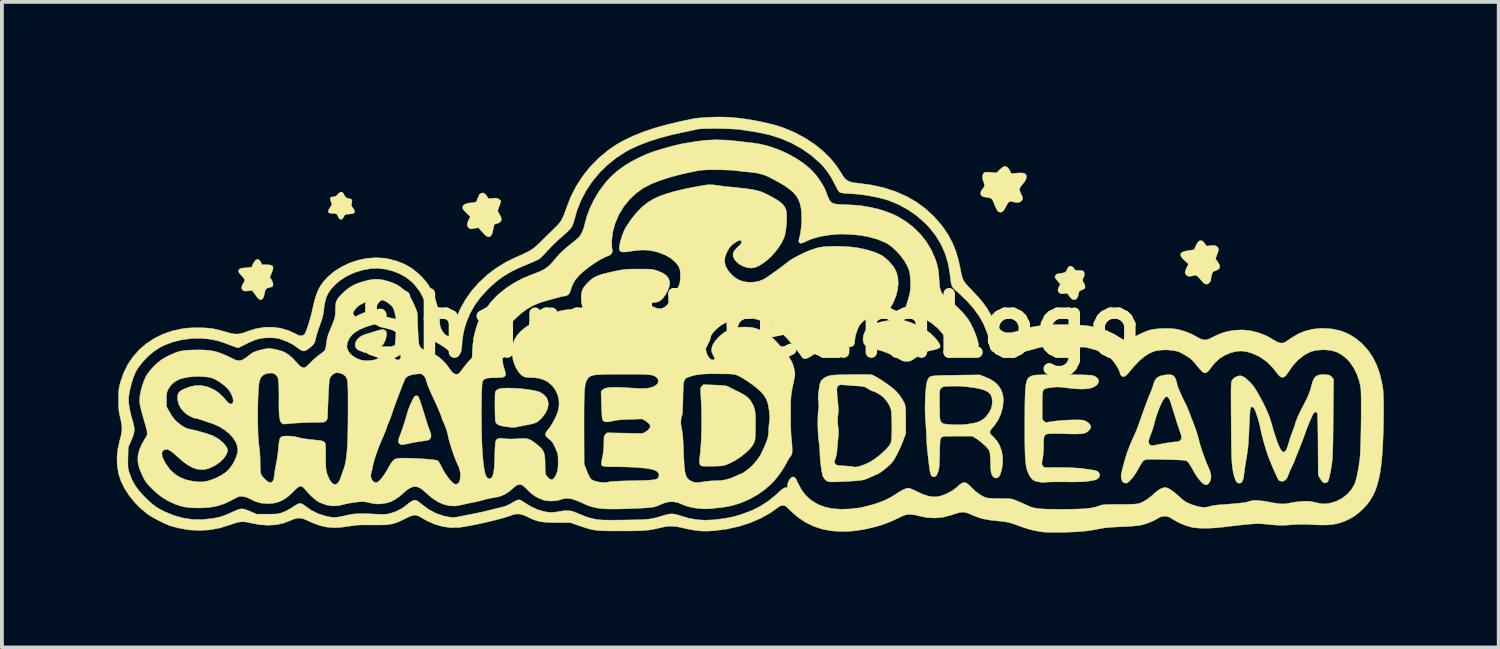
<source format=kicad_pcb>
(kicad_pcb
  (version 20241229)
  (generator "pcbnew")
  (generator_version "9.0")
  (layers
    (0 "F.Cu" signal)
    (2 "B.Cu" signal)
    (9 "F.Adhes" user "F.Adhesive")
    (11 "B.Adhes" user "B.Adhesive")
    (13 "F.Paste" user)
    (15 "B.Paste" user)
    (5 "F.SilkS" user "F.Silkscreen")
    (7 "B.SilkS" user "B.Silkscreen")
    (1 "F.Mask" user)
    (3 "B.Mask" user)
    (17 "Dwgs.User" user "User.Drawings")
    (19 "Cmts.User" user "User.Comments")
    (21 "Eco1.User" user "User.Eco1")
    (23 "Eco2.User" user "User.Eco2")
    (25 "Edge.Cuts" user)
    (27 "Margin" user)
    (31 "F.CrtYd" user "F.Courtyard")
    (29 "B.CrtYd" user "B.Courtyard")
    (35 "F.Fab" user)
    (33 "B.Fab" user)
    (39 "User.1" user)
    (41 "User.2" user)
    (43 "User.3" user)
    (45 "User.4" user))
  (footprint "SharedDreamLogo"
    (layer "F.Cu")
    (at 16.545 5.455)
    (property "Reference" "SharedDreamLogo" (at 0 0 0) (layer "F.SilkS") (effects (font (size 1.524 1.524) (thickness 0.3))))
    (attr through_hole)
    (fp_poly (pts (xy -9.568 0.106) (xy -9.541 0.121) (xy -9.531 0.129) (xy -9.511 0.153) (xy -9.502 0.184) (xy -9.502 0.232) (xy -9.504 0.255) (xy -9.531 0.377) (xy -9.589 0.485) (xy -9.673 0.576) (xy -9.783 0.647) (xy -9.863 0.679) (xy -9.945 0.7) (xy -10.018 0.708) (xy -10.073 0.701) (xy -10.075 0.7) (xy -10.105 0.689) (xy -10.153 0.67) (xy -10.191 0.656) (xy -10.25 0.63) (xy -10.287 0.6) (xy -10.308 0.566) (xy -10.323 0.497) (xy -10.309 0.427) (xy -10.268 0.359) (xy -10.205 0.298) (xy -10.121 0.249) (xy -10.059 0.226) (xy -10 0.208) (xy -9.922 0.184) (xy -9.838 0.159) (xy -9.804 0.148) (xy -9.713 0.121) (xy -9.648 0.105) (xy -9.601 0.1) (xy -9.568 0.106)) (stroke (width 0.01) (type solid)) (fill yes) (layer "F.SilkS"))
    (fp_poly (pts (xy 3.914 -0.15) (xy 3.989 -0.142) (xy 4.064 -0.124) (xy 4.136 -0.101) (xy 4.358 -0.014) (xy 4.55 0.09) (xy 4.712 0.209) (xy 4.845 0.345) (xy 4.887 0.399) (xy 4.932 0.469) (xy 4.954 0.522) (xy 4.949 0.561) (xy 4.915 0.591) (xy 4.852 0.615) (xy 4.766 0.635) (xy 4.663 0.658) (xy 4.58 0.683) (xy 4.505 0.716) (xy 4.427 0.76) (xy 4.334 0.822) (xy 4.332 0.824) (xy 4.262 0.871) (xy 4.212 0.902) (xy 4.173 0.92) (xy 4.137 0.929) (xy 4.097 0.931) (xy 4.081 0.931) (xy 4.021 0.928) (xy 3.97 0.915) (xy 3.913 0.887) (xy 3.885 0.87) (xy 3.735 0.785) (xy 3.595 0.719) (xy 3.45 0.665) (xy 3.294 0.619) (xy 3.205 0.595) (xy 3.125 0.571) (xy 3.061 0.548) (xy 3.021 0.531) (xy 3.014 0.527) (xy 2.967 0.474) (xy 2.943 0.403) (xy 2.94 0.321) (xy 2.957 0.235) (xy 2.993 0.151) (xy 3.046 0.075) (xy 3.115 0.016) (xy 3.211 -0.035) (xy 3.333 -0.079) (xy 3.472 -0.115) (xy 3.621 -0.139) (xy 3.771 -0.151) (xy 3.823 -0.152) (xy 3.914 -0.15)) (stroke (width 0.01) (type solid)) (fill yes) (layer "F.SilkS"))
    (fp_poly (pts (xy -8.701 1.83) (xy -8.684 1.839) (xy -8.668 1.86) (xy -8.651 1.899) (xy -8.628 1.961) (xy -8.611 2.011) (xy -8.579 2.107) (xy -8.544 2.219) (xy -8.509 2.33) (xy -8.49 2.394) (xy -8.463 2.482) (xy -8.435 2.57) (xy -8.409 2.644) (xy -8.392 2.69) (xy -8.358 2.781) (xy -8.341 2.85) (xy -8.342 2.901) (xy -8.358 2.942) (xy -8.364 2.95) (xy -8.384 2.971) (xy -8.411 2.985) (xy -8.451 2.996) (xy -8.514 3.006) (xy -8.563 3.013) (xy -8.657 3.026) (xy -8.76 3.043) (xy -8.852 3.06) (xy -8.873 3.065) (xy -8.969 3.086) (xy -9.037 3.099) (xy -9.084 3.106) (xy -9.116 3.106) (xy -9.138 3.101) (xy -9.156 3.089) (xy -9.161 3.085) (xy -9.186 3.058) (xy -9.196 3.024) (xy -9.19 2.977) (xy -9.169 2.911) (xy -9.153 2.87) (xy -9.121 2.787) (xy -9.084 2.68) (xy -9.044 2.557) (xy -9.004 2.427) (xy -8.966 2.298) (xy -8.956 2.261) (xy -8.933 2.191) (xy -8.901 2.106) (xy -8.863 2.02) (xy -8.847 1.986) (xy -8.812 1.915) (xy -8.786 1.869) (xy -8.766 1.843) (xy -8.746 1.832) (xy -8.723 1.829) (xy -8.722 1.829) (xy -8.701 1.83)) (stroke (width 0.01) (type solid)) (fill yes) (layer "F.SilkS"))
    (fp_poly (pts (xy -6.237 1.629) (xy -6.107 1.635) (xy -5.973 1.646) (xy -5.841 1.661) (xy -5.719 1.679) (xy -5.613 1.7) (xy -5.53 1.722) (xy -5.492 1.737) (xy -5.393 1.8) (xy -5.324 1.876) (xy -5.286 1.964) (xy -5.277 2.062) (xy -5.298 2.167) (xy -5.35 2.276) (xy -5.433 2.389) (xy -5.443 2.4) (xy -5.505 2.464) (xy -5.563 2.509) (xy -5.627 2.541) (xy -5.706 2.565) (xy -5.791 2.582) (xy -5.877 2.598) (xy -5.965 2.616) (xy -6.04 2.631) (xy -6.059 2.635) (xy -6.112 2.646) (xy -6.154 2.653) (xy -6.195 2.655) (xy -6.242 2.653) (xy -6.306 2.646) (xy -6.394 2.634) (xy -6.396 2.634) (xy -6.498 2.616) (xy -6.572 2.593) (xy -6.621 2.563) (xy -6.651 2.523) (xy -6.656 2.513) (xy -6.66 2.484) (xy -6.665 2.426) (xy -6.668 2.346) (xy -6.67 2.249) (xy -6.672 2.141) (xy -6.672 2.098) (xy -6.672 1.976) (xy -6.671 1.884) (xy -6.67 1.817) (xy -6.667 1.769) (xy -6.662 1.737) (xy -6.655 1.715) (xy -6.645 1.7) (xy -6.632 1.686) (xy -6.632 1.686) (xy -6.603 1.664) (xy -6.565 1.649) (xy -6.507 1.639) (xy -6.459 1.633) (xy -6.357 1.628) (xy -6.237 1.629)) (stroke (width 0.01) (type solid)) (fill yes) (layer "F.SilkS"))
    (fp_poly (pts (xy -10.644 -3.473) (xy -10.612 -3.423) (xy -10.611 -3.421) (xy -10.575 -3.359) (xy -10.525 -3.326) (xy -10.476 -3.319) (xy -10.428 -3.307) (xy -10.405 -3.274) (xy -10.407 -3.219) (xy -10.411 -3.204) (xy -10.422 -3.159) (xy -10.416 -3.127) (xy -10.397 -3.099) (xy -10.351 -3.032) (xy -10.334 -2.983) (xy -10.346 -2.948) (xy -10.39 -2.926) (xy -10.464 -2.916) (xy -10.471 -2.916) (xy -10.532 -2.912) (xy -10.568 -2.905) (xy -10.59 -2.891) (xy -10.607 -2.865) (xy -10.611 -2.857) (xy -10.645 -2.803) (xy -10.679 -2.78) (xy -10.693 -2.778) (xy -10.722 -2.786) (xy -10.73 -2.79) (xy -10.748 -2.813) (xy -10.77 -2.854) (xy -10.775 -2.865) (xy -10.791 -2.899) (xy -10.808 -2.918) (xy -10.837 -2.928) (xy -10.887 -2.932) (xy -10.908 -2.933) (xy -10.967 -2.937) (xy -11 -2.944) (xy -11.015 -2.957) (xy -11.021 -2.978) (xy -11.013 -3.021) (xy -10.984 -3.077) (xy -10.973 -3.093) (xy -10.942 -3.137) (xy -10.929 -3.166) (xy -10.932 -3.192) (xy -10.947 -3.227) (xy -10.947 -3.227) (xy -10.964 -3.276) (xy -10.97 -3.319) (xy -10.97 -3.324) (xy -10.96 -3.349) (xy -10.934 -3.361) (xy -10.892 -3.366) (xy -10.839 -3.376) (xy -10.801 -3.401) (xy -10.776 -3.43) (xy -10.728 -3.477) (xy -10.683 -3.491) (xy -10.644 -3.473)) (stroke (width 0.01) (type solid)) (fill yes) (layer "F.SilkS"))
    (fp_poly (pts (xy -12.818 -1.708) (xy -12.784 -1.657) (xy -12.75 -1.592) (xy -12.639 -1.592) (xy -12.554 -1.588) (xy -12.498 -1.573) (xy -12.469 -1.543) (xy -12.465 -1.496) (xy -12.484 -1.426) (xy -12.506 -1.369) (xy -12.55 -1.266) (xy -12.506 -1.201) (xy -12.475 -1.139) (xy -12.464 -1.082) (xy -12.473 -1.038) (xy -12.493 -1.019) (xy -12.529 -1.005) (xy -12.579 -0.993) (xy -12.584 -0.992) (xy -12.626 -0.978) (xy -12.655 -0.95) (xy -12.676 -0.901) (xy -12.692 -0.825) (xy -12.693 -0.821) (xy -12.714 -0.744) (xy -12.746 -0.696) (xy -12.788 -0.677) (xy -12.791 -0.677) (xy -12.818 -0.685) (xy -12.851 -0.712) (xy -12.893 -0.763) (xy -12.919 -0.798) (xy -13.008 -0.919) (xy -13.117 -0.909) (xy -13.179 -0.905) (xy -13.218 -0.907) (xy -13.244 -0.919) (xy -13.261 -0.933) (xy -13.284 -0.973) (xy -13.282 -1.022) (xy -13.254 -1.086) (xy -13.234 -1.119) (xy -13.213 -1.157) (xy -13.207 -1.19) (xy -13.219 -1.224) (xy -13.252 -1.268) (xy -13.292 -1.312) (xy -13.34 -1.367) (xy -13.363 -1.408) (xy -13.365 -1.441) (xy -13.351 -1.469) (xy -13.333 -1.486) (xy -13.303 -1.498) (xy -13.254 -1.507) (xy -13.178 -1.514) (xy -13.177 -1.514) (xy -13.027 -1.526) (xy -12.987 -1.611) (xy -12.944 -1.685) (xy -12.901 -1.726) (xy -12.858 -1.734) (xy -12.818 -1.708)) (stroke (width 0.01) (type solid)) (fill yes) (layer "F.SilkS"))
    (fp_poly (pts (xy 11.816 -2.201) (xy 11.865 -2.143) (xy 11.867 -2.14) (xy 11.907 -2.08) (xy 12.02 -2.091) (xy 12.084 -2.096) (xy 12.125 -2.094) (xy 12.155 -2.083) (xy 12.18 -2.066) (xy 12.208 -2.039) (xy 12.222 -2.011) (xy 12.221 -1.972) (xy 12.205 -1.917) (xy 12.184 -1.858) (xy 12.143 -1.747) (xy 12.184 -1.691) (xy 12.234 -1.614) (xy 12.256 -1.554) (xy 12.249 -1.507) (xy 12.213 -1.469) (xy 12.144 -1.436) (xy 12.088 -1.417) (xy 12.069 -1.396) (xy 12.051 -1.352) (xy 12.035 -1.296) (xy 12.025 -1.236) (xy 12.023 -1.204) (xy 12.013 -1.169) (xy 11.988 -1.129) (xy 11.988 -1.128) (xy 11.942 -1.09) (xy 11.891 -1.085) (xy 11.838 -1.113) (xy 11.803 -1.147) (xy 11.742 -1.219) (xy 11.698 -1.268) (xy 11.666 -1.298) (xy 11.641 -1.313) (xy 11.62 -1.316) (xy 11.602 -1.314) (xy 11.523 -1.297) (xy 11.469 -1.29) (xy 11.431 -1.294) (xy 11.402 -1.309) (xy 11.387 -1.321) (xy 11.359 -1.354) (xy 11.348 -1.388) (xy 11.355 -1.431) (xy 11.38 -1.493) (xy 11.392 -1.517) (xy 11.438 -1.612) (xy 11.342 -1.699) (xy 11.274 -1.768) (xy 11.237 -1.825) (xy 11.231 -1.871) (xy 11.258 -1.908) (xy 11.316 -1.937) (xy 11.408 -1.958) (xy 11.436 -1.963) (xy 11.584 -1.985) (xy 11.633 -2.093) (xy 11.676 -2.171) (xy 11.722 -2.215) (xy 11.768 -2.225) (xy 11.816 -2.201)) (stroke (width 0.01) (type solid)) (fill yes) (layer "F.SilkS"))
    (fp_poly (pts (xy 8.422 -1.529) (xy 8.453 -1.491) (xy 8.472 -1.461) (xy 8.495 -1.447) (xy 8.531 -1.443) (xy 8.573 -1.444) (xy 8.643 -1.441) (xy 8.688 -1.428) (xy 8.693 -1.425) (xy 8.714 -1.388) (xy 8.72 -1.336) (xy 8.709 -1.283) (xy 8.696 -1.261) (xy 8.673 -1.206) (xy 8.683 -1.15) (xy 8.704 -1.118) (xy 8.728 -1.069) (xy 8.737 -1.023) (xy 8.733 -0.988) (xy 8.715 -0.965) (xy 8.674 -0.943) (xy 8.666 -0.939) (xy 8.622 -0.92) (xy 8.593 -0.906) (xy 8.587 -0.903) (xy 8.581 -0.886) (xy 8.571 -0.846) (xy 8.566 -0.819) (xy 8.543 -0.742) (xy 8.507 -0.696) (xy 8.457 -0.678) (xy 8.447 -0.677) (xy 8.414 -0.684) (xy 8.382 -0.707) (xy 8.342 -0.753) (xy 8.336 -0.762) (xy 8.272 -0.847) (xy 8.183 -0.838) (xy 8.126 -0.835) (xy 8.09 -0.842) (xy 8.063 -0.861) (xy 8.06 -0.863) (xy 8.033 -0.901) (xy 8.029 -0.944) (xy 8.049 -1) (xy 8.059 -1.021) (xy 8.091 -1.084) (xy 8.014 -1.177) (xy 7.975 -1.226) (xy 7.954 -1.257) (xy 7.949 -1.279) (xy 7.958 -1.3) (xy 7.966 -1.312) (xy 7.995 -1.344) (xy 8.023 -1.357) (xy 8.044 -1.358) (xy 8.067 -1.361) (xy 8.1 -1.367) (xy 8.155 -1.377) (xy 8.159 -1.378) (xy 8.206 -1.39) (xy 8.235 -1.411) (xy 8.259 -1.45) (xy 8.266 -1.468) (xy 8.291 -1.514) (xy 8.315 -1.545) (xy 8.324 -1.552) (xy 8.374 -1.555) (xy 8.422 -1.529)) (stroke (width 0.01) (type solid)) (fill yes) (layer "F.SilkS"))
    (fp_poly (pts (xy -6.971 -3.465) (xy -6.938 -3.445) (xy -6.9 -3.407) (xy -6.885 -3.386) (xy -6.839 -3.317) (xy -6.725 -3.328) (xy -6.662 -3.333) (xy -6.622 -3.332) (xy -6.593 -3.321) (xy -6.564 -3.3) (xy -6.562 -3.298) (xy -6.513 -3.256) (xy -6.552 -3.139) (xy -6.573 -3.08) (xy -6.589 -3.032) (xy -6.598 -3.006) (xy -6.598 -3.005) (xy -6.593 -2.982) (xy -6.573 -2.942) (xy -6.554 -2.912) (xy -6.513 -2.835) (xy -6.504 -2.77) (xy -6.524 -2.719) (xy -6.575 -2.682) (xy -6.632 -2.665) (xy -6.662 -2.658) (xy -6.681 -2.646) (xy -6.695 -2.621) (xy -6.707 -2.577) (xy -6.72 -2.507) (xy -6.722 -2.499) (xy -6.742 -2.412) (xy -6.769 -2.356) (xy -6.804 -2.326) (xy -6.839 -2.32) (xy -6.867 -2.326) (xy -6.9 -2.346) (xy -6.943 -2.385) (xy -6.995 -2.44) (xy -7.104 -2.56) (xy -7.211 -2.541) (xy -7.271 -2.531) (xy -7.307 -2.529) (xy -7.332 -2.537) (xy -7.356 -2.555) (xy -7.36 -2.559) (xy -7.39 -2.599) (xy -7.397 -2.646) (xy -7.382 -2.706) (xy -7.357 -2.761) (xy -7.314 -2.846) (xy -7.416 -2.945) (xy -7.474 -3.005) (xy -7.507 -3.05) (xy -7.518 -3.085) (xy -7.518 -3.087) (xy -7.502 -3.135) (xy -7.455 -3.172) (xy -7.378 -3.197) (xy -7.311 -3.207) (xy -7.236 -3.215) (xy -7.188 -3.225) (xy -7.16 -3.238) (xy -7.145 -3.259) (xy -7.137 -3.286) (xy -7.125 -3.325) (xy -7.111 -3.345) (xy -7.098 -3.368) (xy -7.095 -3.387) (xy -7.08 -3.423) (xy -7.044 -3.452) (xy -6.998 -3.467) (xy -6.971 -3.465)) (stroke (width 0.01) (type solid)) (fill yes) (layer "F.SilkS"))
    (fp_poly (pts (xy -0.931 1.549) (xy -0.822 1.554) (xy -0.741 1.558) (xy -0.681 1.564) (xy -0.637 1.571) (xy -0.603 1.581) (xy -0.572 1.594) (xy -0.559 1.602) (xy -0.513 1.626) (xy -0.446 1.66) (xy -0.367 1.699) (xy -0.296 1.734) (xy -0.192 1.788) (xy -0.112 1.839) (xy -0.051 1.891) (xy -0.002 1.95) (xy 0.039 2.015) (xy 0.071 2.075) (xy 0.095 2.134) (xy 0.112 2.196) (xy 0.124 2.268) (xy 0.131 2.354) (xy 0.134 2.462) (xy 0.133 2.597) (xy 0.132 2.637) (xy 0.13 2.756) (xy 0.128 2.847) (xy 0.125 2.914) (xy 0.12 2.964) (xy 0.113 3.001) (xy 0.104 3.032) (xy 0.092 3.061) (xy 0.086 3.073) (xy 0.031 3.159) (xy -0.05 3.25) (xy -0.151 3.343) (xy -0.266 3.432) (xy -0.391 3.513) (xy -0.517 3.581) (xy -0.586 3.611) (xy -0.64 3.632) (xy -0.685 3.646) (xy -0.731 3.656) (xy -0.783 3.662) (xy -0.852 3.665) (xy -0.944 3.667) (xy -0.974 3.668) (xy -1.066 3.669) (xy -1.149 3.668) (xy -1.215 3.667) (xy -1.258 3.664) (xy -1.267 3.663) (xy -1.305 3.645) (xy -1.327 3.607) (xy -1.334 3.545) (xy -1.326 3.457) (xy -1.324 3.441) (xy -1.307 3.301) (xy -1.294 3.132) (xy -1.284 2.943) (xy -1.278 2.738) (xy -1.275 2.524) (xy -1.277 2.307) (xy -1.282 2.093) (xy -1.292 1.888) (xy -1.296 1.824) (xy -1.301 1.739) (xy -1.303 1.681) (xy -1.302 1.643) (xy -1.295 1.617) (xy -1.283 1.598) (xy -1.268 1.581) (xy -1.228 1.537) (xy -0.931 1.549)) (stroke (width 0.01) (type solid)) (fill yes) (layer "F.SilkS"))
    (fp_poly (pts (xy 6.684 -4.155) (xy 6.73 -4.116) (xy 6.775 -4.044) (xy 6.781 -4.032) (xy 6.81 -3.975) (xy 6.959 -3.986) (xy 7.055 -3.99) (xy 7.123 -3.986) (xy 7.167 -3.971) (xy 7.194 -3.944) (xy 7.205 -3.914) (xy 7.203 -3.853) (xy 7.174 -3.784) (xy 7.114 -3.705) (xy 7.112 -3.702) (xy 7.062 -3.642) (xy 7.034 -3.595) (xy 7.027 -3.552) (xy 7.039 -3.502) (xy 7.063 -3.448) (xy 7.092 -3.385) (xy 7.107 -3.343) (xy 7.108 -3.314) (xy 7.096 -3.288) (xy 7.077 -3.262) (xy 7.038 -3.23) (xy 6.984 -3.217) (xy 6.909 -3.223) (xy 6.849 -3.236) (xy 6.802 -3.246) (xy 6.767 -3.243) (xy 6.739 -3.223) (xy 6.71 -3.182) (xy 6.674 -3.116) (xy 6.671 -3.11) (xy 6.631 -3.038) (xy 6.597 -2.993) (xy 6.564 -2.97) (xy 6.528 -2.963) (xy 6.484 -2.973) (xy 6.464 -2.985) (xy 6.446 -3.009) (xy 6.42 -3.057) (xy 6.391 -3.121) (xy 6.372 -3.166) (xy 6.343 -3.238) (xy 6.32 -3.286) (xy 6.295 -3.316) (xy 6.262 -3.334) (xy 6.211 -3.346) (xy 6.136 -3.358) (xy 6.123 -3.36) (xy 6.061 -3.376) (xy 6.026 -3.401) (xy 6.012 -3.443) (xy 6.011 -3.464) (xy 6.024 -3.52) (xy 6.062 -3.57) (xy 6.102 -3.627) (xy 6.111 -3.687) (xy 6.089 -3.757) (xy 6.085 -3.764) (xy 6.063 -3.831) (xy 6.059 -3.901) (xy 6.075 -3.96) (xy 6.089 -3.981) (xy 6.107 -3.998) (xy 6.129 -4.007) (xy 6.162 -4.011) (xy 6.215 -4.009) (xy 6.276 -4.005) (xy 6.43 -3.993) (xy 6.515 -4.08) (xy 6.58 -4.136) (xy 6.635 -4.162) (xy 6.684 -4.155)) (stroke (width 0.01) (type solid)) (fill yes) (layer "F.SilkS"))
    (fp_poly (pts (xy 8.145 1.279) (xy 8.333 1.279) (xy 8.49 1.28) (xy 8.619 1.282) (xy 8.723 1.284) (xy 8.804 1.287) (xy 8.866 1.291) (xy 8.911 1.295) (xy 8.942 1.301) (xy 8.946 1.302) (xy 9.02 1.335) (xy 9.069 1.381) (xy 9.091 1.434) (xy 9.084 1.491) (xy 9.047 1.545) (xy 9.046 1.546) (xy 8.979 1.594) (xy 8.892 1.628) (xy 8.782 1.648) (xy 8.647 1.654) (xy 8.485 1.647) (xy 8.297 1.627) (xy 8.19 1.614) (xy 8.108 1.605) (xy 8.044 1.601) (xy 7.988 1.601) (xy 7.933 1.604) (xy 7.871 1.612) (xy 7.85 1.615) (xy 7.78 1.624) (xy 7.726 1.634) (xy 7.685 1.648) (xy 7.657 1.671) (xy 7.638 1.706) (xy 7.627 1.758) (xy 7.622 1.83) (xy 7.62 1.927) (xy 7.62 2.053) (xy 7.62 2.082) (xy 7.62 2.449) (xy 7.662 2.488) (xy 7.703 2.528) (xy 7.884 2.499) (xy 7.981 2.487) (xy 8.092 2.476) (xy 8.21 2.467) (xy 8.329 2.462) (xy 8.443 2.458) (xy 8.545 2.458) (xy 8.63 2.461) (xy 8.69 2.467) (xy 8.71 2.472) (xy 8.778 2.503) (xy 8.836 2.547) (xy 8.876 2.596) (xy 8.89 2.642) (xy 8.876 2.69) (xy 8.832 2.74) (xy 8.799 2.767) (xy 8.767 2.788) (xy 8.73 2.804) (xy 8.685 2.815) (xy 8.627 2.823) (xy 8.552 2.826) (xy 8.455 2.827) (xy 8.332 2.825) (xy 8.21 2.822) (xy 8.066 2.818) (xy 7.952 2.816) (xy 7.864 2.817) (xy 7.799 2.821) (xy 7.751 2.827) (xy 7.719 2.838) (xy 7.697 2.853) (xy 7.682 2.872) (xy 7.673 2.89) (xy 7.665 2.923) (xy 7.659 2.983) (xy 7.655 3.06) (xy 7.654 3.143) (xy 7.651 3.26) (xy 7.643 3.371) (xy 7.631 3.464) (xy 7.627 3.483) (xy 7.614 3.549) (xy 7.609 3.591) (xy 7.612 3.619) (xy 7.623 3.641) (xy 7.633 3.656) (xy 7.666 3.7) (xy 8.045 3.701) (xy 8.169 3.702) (xy 8.293 3.705) (xy 8.41 3.709) (xy 8.512 3.715) (xy 8.59 3.721) (xy 8.602 3.722) (xy 8.742 3.739) (xy 8.852 3.754) (xy 8.936 3.767) (xy 8.998 3.78) (xy 9.042 3.794) (xy 9.072 3.81) (xy 9.092 3.829) (xy 9.106 3.852) (xy 9.111 3.863) (xy 9.122 3.905) (xy 9.112 3.94) (xy 9.104 3.953) (xy 9.079 3.984) (xy 9.048 4.008) (xy 9.004 4.025) (xy 8.941 4.04) (xy 8.851 4.055) (xy 8.833 4.058) (xy 8.749 4.068) (xy 8.649 4.074) (xy 8.529 4.078) (xy 8.383 4.079) (xy 8.255 4.078) (xy 8.133 4.077) (xy 8.015 4.077) (xy 7.908 4.078) (xy 7.818 4.08) (xy 7.752 4.083) (xy 7.73 4.085) (xy 7.669 4.09) (xy 7.62 4.092) (xy 7.595 4.09) (xy 7.595 4.09) (xy 7.569 4.084) (xy 7.523 4.076) (xy 7.497 4.073) (xy 7.419 4.051) (xy 7.354 4.005) (xy 7.298 3.933) (xy 7.262 3.865) (xy 7.242 3.817) (xy 7.224 3.768) (xy 7.209 3.716) (xy 7.197 3.657) (xy 7.187 3.588) (xy 7.18 3.506) (xy 7.174 3.408) (xy 7.169 3.291) (xy 7.166 3.153) (xy 7.164 2.989) (xy 7.163 2.798) (xy 7.163 2.576) (xy 7.163 2.574) (xy 7.164 2.343) (xy 7.165 2.143) (xy 7.167 1.972) (xy 7.171 1.828) (xy 7.176 1.708) (xy 7.184 1.609) (xy 7.194 1.53) (xy 7.207 1.467) (xy 7.224 1.418) (xy 7.244 1.381) (xy 7.267 1.353) (xy 7.296 1.333) (xy 7.328 1.316) (xy 7.344 1.31) (xy 7.367 1.302) (xy 7.392 1.296) (xy 7.423 1.291) (xy 7.464 1.287) (xy 7.518 1.284) (xy 7.588 1.282) (xy 7.678 1.28) (xy 7.792 1.279) (xy 7.931 1.279) (xy 8.1 1.279) (xy 8.145 1.279)) (stroke (width 0.01) (type solid)) (fill yes) (layer "F.SilkS"))
    (fp_poly (pts (xy 6.123 1.336) (xy 6.252 1.393) (xy 6.355 1.454) (xy 6.437 1.524) (xy 6.488 1.585) (xy 6.55 1.683) (xy 6.587 1.787) (xy 6.603 1.907) (xy 6.604 1.956) (xy 6.588 2.125) (xy 6.543 2.294) (xy 6.472 2.453) (xy 6.378 2.596) (xy 6.33 2.652) (xy 6.278 2.713) (xy 6.253 2.761) (xy 6.255 2.804) (xy 6.286 2.85) (xy 6.339 2.899) (xy 6.433 3.002) (xy 6.507 3.127) (xy 6.558 3.269) (xy 6.585 3.421) (xy 6.587 3.579) (xy 6.577 3.658) (xy 6.563 3.735) (xy 6.545 3.808) (xy 6.529 3.865) (xy 6.526 3.874) (xy 6.492 3.937) (xy 6.448 3.973) (xy 6.399 3.979) (xy 6.351 3.954) (xy 6.339 3.941) (xy 6.317 3.915) (xy 6.3 3.886) (xy 6.289 3.851) (xy 6.28 3.803) (xy 6.274 3.736) (xy 6.27 3.645) (xy 6.267 3.563) (xy 6.263 3.461) (xy 6.259 3.386) (xy 6.254 3.333) (xy 6.247 3.295) (xy 6.237 3.267) (xy 6.222 3.241) (xy 6.21 3.223) (xy 6.165 3.17) (xy 6.1 3.107) (xy 6.024 3.041) (xy 5.945 2.979) (xy 5.871 2.931) (xy 5.866 2.927) (xy 5.789 2.883) (xy 5.406 2.884) (xy 5.282 2.884) (xy 5.187 2.885) (xy 5.118 2.886) (xy 5.069 2.889) (xy 5.035 2.894) (xy 5.013 2.901) (xy 4.998 2.91) (xy 4.986 2.921) (xy 4.974 2.934) (xy 4.965 2.95) (xy 4.958 2.975) (xy 4.953 3.011) (xy 4.949 3.065) (xy 4.946 3.139) (xy 4.943 3.239) (xy 4.941 3.345) (xy 4.937 3.474) (xy 4.934 3.574) (xy 4.93 3.651) (xy 4.924 3.709) (xy 4.917 3.754) (xy 4.908 3.791) (xy 4.897 3.824) (xy 4.896 3.826) (xy 4.869 3.889) (xy 4.843 3.925) (xy 4.812 3.942) (xy 4.78 3.945) (xy 4.748 3.938) (xy 4.723 3.913) (xy 4.703 3.866) (xy 4.686 3.795) (xy 4.671 3.694) (xy 4.666 3.656) (xy 4.654 3.552) (xy 4.641 3.439) (xy 4.629 3.331) (xy 4.621 3.268) (xy 4.612 3.171) (xy 4.604 3.058) (xy 4.598 2.946) (xy 4.596 2.896) (xy 4.593 2.796) (xy 4.586 2.679) (xy 4.578 2.562) (xy 4.571 2.481) (xy 4.564 2.373) (xy 4.56 2.251) (xy 4.559 2.119) (xy 4.562 1.984) (xy 4.567 1.851) (xy 4.568 1.84) (xy 4.937 1.84) (xy 4.938 1.929) (xy 4.939 2.045) (xy 4.941 2.154) (xy 4.942 2.265) (xy 4.944 2.348) (xy 4.947 2.407) (xy 4.952 2.448) (xy 4.958 2.475) (xy 4.968 2.496) (xy 4.981 2.513) (xy 4.985 2.517) (xy 5.009 2.541) (xy 5.038 2.557) (xy 5.08 2.566) (xy 5.146 2.574) (xy 5.158 2.575) (xy 5.297 2.584) (xy 5.416 2.587) (xy 5.527 2.583) (xy 5.644 2.573) (xy 5.707 2.564) (xy 5.837 2.543) (xy 5.941 2.514) (xy 6.025 2.476) (xy 6.098 2.425) (xy 6.152 2.373) (xy 6.238 2.261) (xy 6.293 2.147) (xy 6.315 2.025) (xy 6.309 1.907) (xy 6.29 1.836) (xy 6.256 1.777) (xy 6.202 1.729) (xy 6.126 1.689) (xy 6.025 1.656) (xy 5.896 1.628) (xy 5.765 1.608) (xy 5.612 1.59) (xy 5.476 1.58) (xy 5.345 1.577) (xy 5.262 1.578) (xy 5.169 1.581) (xy 5.103 1.584) (xy 5.059 1.589) (xy 5.029 1.596) (xy 5.008 1.608) (xy 4.988 1.625) (xy 4.983 1.63) (xy 4.969 1.644) (xy 4.958 1.656) (xy 4.95 1.672) (xy 4.944 1.694) (xy 4.94 1.726) (xy 4.938 1.774) (xy 4.937 1.84) (xy 4.568 1.84) (xy 4.575 1.726) (xy 4.585 1.615) (xy 4.598 1.524) (xy 4.612 1.457) (xy 4.62 1.434) (xy 4.634 1.401) (xy 4.649 1.374) (xy 4.666 1.352) (xy 4.69 1.334) (xy 4.723 1.321) (xy 4.769 1.311) (xy 4.831 1.305) (xy 4.912 1.3) (xy 5.017 1.296) (xy 5.147 1.294) (xy 5.307 1.292) (xy 5.364 1.291) (xy 5.986 1.283) (xy 6.123 1.336)) (stroke (width 0.01) (type solid)) (fill yes) (layer "F.SilkS"))
    (fp_poly (pts (xy 11.032 1.298) (xy 11.078 1.342) (xy 11.111 1.413) (xy 11.115 1.428) (xy 11.13 1.482) (xy 11.14 1.524) (xy 11.142 1.539) (xy 11.149 1.565) (xy 11.167 1.614) (xy 11.194 1.679) (xy 11.226 1.754) (xy 11.261 1.832) (xy 11.295 1.906) (xy 11.325 1.968) (xy 11.346 2.007) (xy 11.376 2.066) (xy 11.41 2.141) (xy 11.441 2.218) (xy 11.444 2.227) (xy 11.47 2.297) (xy 11.504 2.386) (xy 11.543 2.484) (xy 11.58 2.578) (xy 11.58 2.579) (xy 11.618 2.68) (xy 11.655 2.791) (xy 11.687 2.897) (xy 11.708 2.979) (xy 11.733 3.075) (xy 11.763 3.179) (xy 11.794 3.275) (xy 11.808 3.312) (xy 11.835 3.383) (xy 11.858 3.446) (xy 11.874 3.492) (xy 11.878 3.505) (xy 11.891 3.539) (xy 11.913 3.594) (xy 11.942 3.661) (xy 11.959 3.697) (xy 12.003 3.808) (xy 12.025 3.901) (xy 12.025 3.98) (xy 12.005 4.054) (xy 11.996 4.072) (xy 11.956 4.129) (xy 11.908 4.154) (xy 11.862 4.148) (xy 11.818 4.121) (xy 11.764 4.07) (xy 11.706 4.003) (xy 11.649 3.926) (xy 11.599 3.846) (xy 11.595 3.839) (xy 11.537 3.734) (xy 11.491 3.656) (xy 11.455 3.599) (xy 11.425 3.561) (xy 11.399 3.537) (xy 11.393 3.532) (xy 11.375 3.524) (xy 11.347 3.518) (xy 11.303 3.512) (xy 11.242 3.508) (xy 11.159 3.504) (xy 11.051 3.5) (xy 10.913 3.496) (xy 10.845 3.495) (xy 10.698 3.491) (xy 10.581 3.489) (xy 10.49 3.489) (xy 10.421 3.489) (xy 10.371 3.492) (xy 10.334 3.495) (xy 10.308 3.501) (xy 10.289 3.508) (xy 10.285 3.51) (xy 10.256 3.532) (xy 10.225 3.569) (xy 10.187 3.628) (xy 10.141 3.712) (xy 10.137 3.72) (xy 10.053 3.864) (xy 9.966 3.982) (xy 9.94 4.011) (xy 9.89 4.063) (xy 9.856 4.094) (xy 9.829 4.109) (xy 9.804 4.111) (xy 9.784 4.108) (xy 9.744 4.096) (xy 9.717 4.074) (xy 9.698 4.034) (xy 9.685 3.991) (xy 9.679 3.961) (xy 9.678 3.926) (xy 9.683 3.882) (xy 9.695 3.82) (xy 9.715 3.735) (xy 9.728 3.682) (xy 9.78 3.491) (xy 9.835 3.316) (xy 9.899 3.143) (xy 9.946 3.033) (xy 10.396 3.033) (xy 10.402 3.067) (xy 10.419 3.095) (xy 10.423 3.099) (xy 10.443 3.118) (xy 10.465 3.128) (xy 10.497 3.13) (xy 10.546 3.123) (xy 10.621 3.108) (xy 10.626 3.107) (xy 10.729 3.086) (xy 10.836 3.067) (xy 10.938 3.051) (xy 11.027 3.039) (xy 11.096 3.032) (xy 11.122 3.031) (xy 11.182 3.021) (xy 11.226 2.989) (xy 11.245 2.965) (xy 11.255 2.937) (xy 11.255 2.901) (xy 11.244 2.85) (xy 11.221 2.779) (xy 11.194 2.702) (xy 11.165 2.616) (xy 11.132 2.517) (xy 11.105 2.427) (xy 11.103 2.421) (xy 11.078 2.34) (xy 11.052 2.256) (xy 11.029 2.185) (xy 11.026 2.176) (xy 11.003 2.108) (xy 10.983 2.04) (xy 10.973 2.003) (xy 10.952 1.945) (xy 10.923 1.895) (xy 10.916 1.886) (xy 10.886 1.857) (xy 10.862 1.852) (xy 10.842 1.86) (xy 10.808 1.892) (xy 10.768 1.952) (xy 10.725 2.035) (xy 10.681 2.136) (xy 10.637 2.25) (xy 10.595 2.371) (xy 10.559 2.496) (xy 10.541 2.57) (xy 10.523 2.634) (xy 10.497 2.716) (xy 10.467 2.801) (xy 10.455 2.832) (xy 10.422 2.921) (xy 10.402 2.986) (xy 10.396 3.033) (xy 9.946 3.033) (xy 9.977 2.962) (xy 10.03 2.845) (xy 10.065 2.767) (xy 10.105 2.664) (xy 10.153 2.536) (xy 10.208 2.378) (xy 10.22 2.345) (xy 10.276 2.186) (xy 10.333 2.03) (xy 10.388 1.888) (xy 10.438 1.767) (xy 10.441 1.758) (xy 10.472 1.682) (xy 10.5 1.604) (xy 10.52 1.54) (xy 10.521 1.534) (xy 10.551 1.448) (xy 10.592 1.383) (xy 10.649 1.336) (xy 10.727 1.305) (xy 10.831 1.285) (xy 10.88 1.279) (xy 10.968 1.278) (xy 11.032 1.298)) (stroke (width 0.01) (type solid)) (fill yes) (layer "F.SilkS"))
    (fp_poly (pts (xy 3.043 1.274) (xy 3.122 1.278) (xy 3.17 1.283) (xy 3.177 1.285) (xy 3.224 1.304) (xy 3.291 1.341) (xy 3.372 1.39) (xy 3.462 1.447) (xy 3.553 1.51) (xy 3.639 1.572) (xy 3.715 1.631) (xy 3.774 1.683) (xy 3.782 1.69) (xy 3.884 1.803) (xy 3.969 1.925) (xy 4.027 2.038) (xy 4.037 2.067) (xy 4.044 2.104) (xy 4.049 2.152) (xy 4.053 2.217) (xy 4.055 2.304) (xy 4.055 2.418) (xy 4.055 2.464) (xy 4.055 2.819) (xy 3.982 3.014) (xy 3.935 3.131) (xy 3.881 3.249) (xy 3.825 3.362) (xy 3.771 3.461) (xy 3.72 3.54) (xy 3.687 3.583) (xy 3.641 3.63) (xy 3.579 3.686) (xy 3.509 3.744) (xy 3.438 3.798) (xy 3.374 3.842) (xy 3.326 3.87) (xy 3.319 3.873) (xy 3.277 3.891) (xy 3.215 3.919) (xy 3.143 3.951) (xy 3.113 3.964) (xy 3.045 3.994) (xy 2.988 4.014) (xy 2.932 4.029) (xy 2.864 4.039) (xy 2.776 4.047) (xy 2.757 4.049) (xy 2.658 4.056) (xy 2.539 4.064) (xy 2.416 4.07) (xy 2.302 4.074) (xy 2.294 4.075) (xy 2.195 4.078) (xy 2.124 4.078) (xy 2.074 4.076) (xy 2.039 4.072) (xy 2.012 4.063) (xy 1.988 4.05) (xy 1.984 4.048) (xy 1.937 4.004) (xy 1.898 3.944) (xy 1.895 3.938) (xy 1.88 3.889) (xy 1.864 3.814) (xy 1.849 3.72) (xy 1.835 3.615) (xy 1.829 3.554) (xy 2.191 3.554) (xy 2.196 3.577) (xy 2.212 3.602) (xy 2.215 3.606) (xy 2.23 3.624) (xy 2.248 3.636) (xy 2.275 3.645) (xy 2.318 3.651) (xy 2.383 3.656) (xy 2.463 3.66) (xy 2.545 3.666) (xy 2.615 3.671) (xy 2.665 3.677) (xy 2.689 3.683) (xy 2.69 3.683) (xy 2.718 3.691) (xy 2.769 3.687) (xy 2.838 3.672) (xy 2.915 3.649) (xy 2.993 3.619) (xy 2.993 3.619) (xy 3.128 3.553) (xy 3.253 3.474) (xy 3.381 3.375) (xy 3.421 3.34) (xy 3.515 3.253) (xy 3.585 3.181) (xy 3.633 3.119) (xy 3.663 3.064) (xy 3.667 3.052) (xy 3.677 3.007) (xy 3.684 2.935) (xy 3.689 2.842) (xy 3.692 2.735) (xy 3.692 2.621) (xy 3.691 2.506) (xy 3.688 2.397) (xy 3.682 2.3) (xy 3.675 2.222) (xy 3.665 2.17) (xy 3.665 2.168) (xy 3.626 2.077) (xy 3.566 1.981) (xy 3.492 1.892) (xy 3.447 1.849) (xy 3.4 1.813) (xy 3.341 1.775) (xy 3.281 1.742) (xy 3.23 1.719) (xy 3.197 1.71) (xy 3.173 1.702) (xy 3.129 1.68) (xy 3.076 1.649) (xy 3.074 1.648) (xy 3.026 1.619) (xy 2.985 1.6) (xy 2.941 1.588) (xy 2.884 1.58) (xy 2.804 1.574) (xy 2.795 1.573) (xy 2.699 1.566) (xy 2.596 1.559) (xy 2.503 1.551) (xy 2.471 1.549) (xy 2.4 1.544) (xy 2.354 1.543) (xy 2.325 1.548) (xy 2.304 1.56) (xy 2.288 1.576) (xy 2.271 1.598) (xy 2.261 1.622) (xy 2.257 1.657) (xy 2.258 1.712) (xy 2.261 1.769) (xy 2.268 1.861) (xy 2.277 1.961) (xy 2.287 2.05) (xy 2.288 2.06) (xy 2.297 2.178) (xy 2.291 2.291) (xy 2.286 2.33) (xy 2.276 2.416) (xy 2.275 2.496) (xy 2.282 2.588) (xy 2.287 2.621) (xy 2.295 2.703) (xy 2.299 2.784) (xy 2.298 2.85) (xy 2.296 2.867) (xy 2.29 2.919) (xy 2.283 2.995) (xy 2.276 3.083) (xy 2.269 3.167) (xy 2.257 3.294) (xy 2.241 3.392) (xy 2.22 3.466) (xy 2.218 3.47) (xy 2.199 3.522) (xy 2.191 3.554) (xy 1.829 3.554) (xy 1.823 3.506) (xy 1.816 3.402) (xy 1.812 3.309) (xy 1.812 3.298) (xy 1.809 3.229) (xy 1.802 3.141) (xy 1.791 3.05) (xy 1.786 3.01) (xy 1.774 2.912) (xy 1.766 2.794) (xy 1.761 2.666) (xy 1.759 2.535) (xy 1.76 2.411) (xy 1.765 2.301) (xy 1.773 2.215) (xy 1.776 2.201) (xy 1.786 2.086) (xy 1.776 1.981) (xy 1.769 1.922) (xy 1.768 1.861) (xy 1.773 1.79) (xy 1.784 1.698) (xy 1.789 1.668) (xy 1.802 1.58) (xy 1.814 1.518) (xy 1.827 1.475) (xy 1.843 1.444) (xy 1.863 1.417) (xy 1.87 1.409) (xy 1.932 1.36) (xy 2.016 1.321) (xy 2.024 1.318) (xy 2.056 1.307) (xy 2.091 1.299) (xy 2.132 1.293) (xy 2.185 1.288) (xy 2.252 1.284) (xy 2.339 1.28) (xy 2.451 1.278) (xy 2.591 1.275) (xy 2.616 1.274) (xy 2.791 1.272) (xy 2.933 1.272) (xy 3.043 1.274)) (stroke (width 0.01) (type solid)) (fill yes) (layer "F.SilkS"))
    (fp_poly (pts (xy 14.994 1.277) (xy 15.064 1.283) (xy 15.109 1.29) (xy 15.14 1.304) (xy 15.166 1.326) (xy 15.178 1.34) (xy 15.227 1.394) (xy 15.217 2.42) (xy 15.215 2.643) (xy 15.213 2.835) (xy 15.211 3) (xy 15.208 3.14) (xy 15.204 3.259) (xy 15.2 3.361) (xy 15.196 3.448) (xy 15.19 3.523) (xy 15.183 3.59) (xy 15.174 3.652) (xy 15.164 3.712) (xy 15.153 3.774) (xy 15.146 3.81) (xy 15.125 3.91) (xy 15.108 3.982) (xy 15.094 4.031) (xy 15.08 4.062) (xy 15.065 4.082) (xy 15.046 4.094) (xy 15.035 4.099) (xy 14.995 4.107) (xy 14.96 4.095) (xy 14.923 4.06) (xy 14.88 3.996) (xy 14.87 3.979) (xy 14.825 3.903) (xy 14.82 3.1) (xy 14.819 2.885) (xy 14.816 2.703) (xy 14.814 2.554) (xy 14.81 2.437) (xy 14.807 2.352) (xy 14.802 2.298) (xy 14.797 2.275) (xy 14.797 2.274) (xy 14.763 2.25) (xy 14.729 2.26) (xy 14.693 2.304) (xy 14.67 2.349) (xy 14.64 2.419) (xy 14.604 2.5) (xy 14.579 2.557) (xy 14.547 2.634) (xy 14.515 2.719) (xy 14.496 2.775) (xy 14.464 2.866) (xy 14.421 2.983) (xy 14.369 3.119) (xy 14.309 3.267) (xy 14.284 3.327) (xy 14.257 3.395) (xy 14.233 3.455) (xy 14.218 3.497) (xy 14.216 3.505) (xy 14.203 3.54) (xy 14.179 3.594) (xy 14.148 3.658) (xy 14.14 3.675) (xy 14.105 3.747) (xy 14.073 3.822) (xy 14.05 3.883) (xy 14.048 3.889) (xy 14.008 3.979) (xy 13.959 4.037) (xy 13.9 4.063) (xy 13.88 4.064) (xy 13.82 4.051) (xy 13.791 4.029) (xy 13.777 4.005) (xy 13.752 3.955) (xy 13.72 3.885) (xy 13.683 3.803) (xy 13.643 3.712) (xy 13.604 3.619) (xy 13.568 3.531) (xy 13.537 3.453) (xy 13.513 3.391) (xy 13.512 3.387) (xy 13.471 3.261) (xy 13.429 3.126) (xy 13.391 2.99) (xy 13.357 2.863) (xy 13.332 2.755) (xy 13.325 2.72) (xy 13.306 2.629) (xy 13.283 2.535) (xy 13.261 2.452) (xy 13.249 2.415) (xy 13.226 2.347) (xy 13.204 2.282) (xy 13.189 2.236) (xy 13.189 2.235) (xy 13.161 2.171) (xy 13.128 2.131) (xy 13.093 2.118) (xy 13.061 2.136) (xy 13.059 2.138) (xy 13.054 2.16) (xy 13.048 2.213) (xy 13.041 2.292) (xy 13.035 2.393) (xy 13.028 2.514) (xy 13.022 2.65) (xy 13.022 2.659) (xy 13.015 2.816) (xy 13.008 2.946) (xy 13.001 3.058) (xy 12.993 3.156) (xy 12.982 3.249) (xy 12.969 3.344) (xy 12.953 3.448) (xy 12.944 3.501) (xy 12.926 3.608) (xy 12.911 3.705) (xy 12.899 3.789) (xy 12.89 3.851) (xy 12.886 3.887) (xy 12.886 3.891) (xy 12.879 3.954) (xy 12.862 4.018) (xy 12.839 4.071) (xy 12.825 4.089) (xy 12.78 4.112) (xy 12.724 4.105) (xy 12.721 4.103) (xy 12.689 4.074) (xy 12.659 4.016) (xy 12.63 3.93) (xy 12.605 3.823) (xy 12.589 3.725) (xy 12.582 3.675) (xy 12.576 3.621) (xy 12.572 3.561) (xy 12.568 3.491) (xy 12.564 3.408) (xy 12.561 3.309) (xy 12.559 3.192) (xy 12.557 3.052) (xy 12.555 2.887) (xy 12.553 2.695) (xy 12.552 2.493) (xy 12.55 2.282) (xy 12.549 2.102) (xy 12.549 1.951) (xy 12.548 1.825) (xy 12.549 1.723) (xy 12.549 1.641) (xy 12.551 1.577) (xy 12.553 1.528) (xy 12.556 1.492) (xy 12.56 1.466) (xy 12.565 1.447) (xy 12.571 1.432) (xy 12.578 1.42) (xy 12.581 1.415) (xy 12.636 1.357) (xy 12.691 1.328) (xy 12.753 1.31) (xy 12.807 1.308) (xy 12.86 1.325) (xy 12.919 1.363) (xy 12.991 1.425) (xy 13.011 1.444) (xy 13.065 1.497) (xy 13.11 1.548) (xy 13.153 1.605) (xy 13.197 1.673) (xy 13.25 1.761) (xy 13.278 1.811) (xy 13.378 1.995) (xy 13.459 2.159) (xy 13.525 2.312) (xy 13.578 2.461) (xy 13.622 2.608) (xy 13.652 2.714) (xy 13.689 2.834) (xy 13.728 2.953) (xy 13.755 3.031) (xy 13.803 3.149) (xy 13.846 3.233) (xy 13.886 3.284) (xy 13.924 3.301) (xy 13.959 3.285) (xy 13.994 3.236) (xy 14.027 3.153) (xy 14.056 3.055) (xy 14.081 2.97) (xy 14.113 2.875) (xy 14.145 2.789) (xy 14.147 2.786) (xy 14.175 2.711) (xy 14.201 2.637) (xy 14.22 2.578) (xy 14.222 2.569) (xy 14.244 2.498) (xy 14.28 2.406) (xy 14.327 2.301) (xy 14.381 2.19) (xy 14.42 2.117) (xy 14.505 1.952) (xy 14.57 1.811) (xy 14.615 1.69) (xy 14.638 1.609) (xy 14.669 1.489) (xy 14.705 1.4) (xy 14.749 1.337) (xy 14.804 1.298) (xy 14.875 1.278) (xy 14.965 1.275) (xy 14.994 1.277)) (stroke (width 0.01) (type solid)) (fill yes) (layer "F.SilkS"))
    (fp_poly (pts (xy -0.625 -5.447) (xy -0.485 -5.439) (xy -0.463 -5.437) (xy -0.249 -5.414) (xy -0.028 -5.382) (xy 0.192 -5.343) (xy 0.405 -5.298) (xy 0.603 -5.249) (xy 0.778 -5.197) (xy 0.868 -5.166) (xy 1.152 -5.047) (xy 1.417 -4.906) (xy 1.662 -4.748) (xy 1.882 -4.572) (xy 2.077 -4.382) (xy 2.244 -4.178) (xy 2.323 -4.059) (xy 2.377 -3.974) (xy 2.416 -3.912) (xy 2.447 -3.869) (xy 2.472 -3.839) (xy 2.497 -3.817) (xy 2.525 -3.798) (xy 2.548 -3.784) (xy 2.594 -3.761) (xy 2.646 -3.745) (xy 2.714 -3.733) (xy 2.798 -3.724) (xy 3.147 -3.677) (xy 3.475 -3.605) (xy 3.781 -3.507) (xy 4.065 -3.383) (xy 4.328 -3.233) (xy 4.569 -3.057) (xy 4.79 -2.854) (xy 4.989 -2.626) (xy 5.031 -2.569) (xy 5.162 -2.376) (xy 5.27 -2.175) (xy 5.358 -1.961) (xy 5.428 -1.729) (xy 5.483 -1.471) (xy 5.485 -1.461) (xy 5.502 -1.374) (xy 5.522 -1.292) (xy 5.543 -1.224) (xy 5.557 -1.19) (xy 5.588 -1.142) (xy 5.641 -1.075) (xy 5.713 -0.996) (xy 5.792 -0.915) (xy 5.943 -0.756) (xy 6.07 -0.604) (xy 6.179 -0.452) (xy 6.274 -0.291) (xy 6.32 -0.203) (xy 6.393 -0.068) (xy 6.461 0.037) (xy 6.531 0.112) (xy 6.605 0.16) (xy 6.69 0.183) (xy 6.788 0.183) (xy 6.905 0.161) (xy 7.046 0.119) (xy 7.07 0.111) (xy 7.202 0.07) (xy 7.332 0.038) (xy 7.469 0.013) (xy 7.622 -0.006) (xy 7.771 -0.019) (xy 7.903 -0.026) (xy 8.054 -0.03) (xy 8.216 -0.03) (xy 8.38 -0.026) (xy 8.539 -0.019) (xy 8.683 -0.01) (xy 8.805 0.002) (xy 8.845 0.008) (xy 9.083 0.058) (xy 9.304 0.13) (xy 9.504 0.225) (xy 9.636 0.307) (xy 9.725 0.359) (xy 9.804 0.381) (xy 9.879 0.374) (xy 9.958 0.338) (xy 9.98 0.323) (xy 10.062 0.273) (xy 10.165 0.22) (xy 10.274 0.17) (xy 10.378 0.13) (xy 10.439 0.11) (xy 10.531 0.092) (xy 10.645 0.079) (xy 10.772 0.072) (xy 10.902 0.071) (xy 11.023 0.077) (xy 11.127 0.089) (xy 11.144 0.092) (xy 11.272 0.125) (xy 11.406 0.171) (xy 11.534 0.226) (xy 11.643 0.284) (xy 11.663 0.297) (xy 11.761 0.348) (xy 11.836 0.367) (xy 11.875 0.37) (xy 11.911 0.367) (xy 11.951 0.355) (xy 12.003 0.332) (xy 12.077 0.296) (xy 12.085 0.292) (xy 12.225 0.225) (xy 12.353 0.177) (xy 12.483 0.143) (xy 12.626 0.12) (xy 12.645 0.117) (xy 12.853 0.109) (xy 13.064 0.132) (xy 13.274 0.184) (xy 13.478 0.266) (xy 13.67 0.375) (xy 13.692 0.39) (xy 13.768 0.431) (xy 13.845 0.452) (xy 13.913 0.45) (xy 13.947 0.437) (xy 13.977 0.418) (xy 14.026 0.386) (xy 14.087 0.345) (xy 14.125 0.319) (xy 14.307 0.211) (xy 14.494 0.135) (xy 14.691 0.088) (xy 14.903 0.068) (xy 14.954 0.068) (xy 15.181 0.082) (xy 15.393 0.127) (xy 15.589 0.201) (xy 15.773 0.307) (xy 15.944 0.444) (xy 16.012 0.511) (xy 16.146 0.667) (xy 16.259 0.838) (xy 16.352 1.027) (xy 16.427 1.238) (xy 16.485 1.475) (xy 16.512 1.626) (xy 16.521 1.7) (xy 16.527 1.805) (xy 16.531 1.937) (xy 16.533 2.092) (xy 16.533 2.267) (xy 16.531 2.459) (xy 16.527 2.664) (xy 16.522 2.845) (xy 16.51 3.134) (xy 16.493 3.392) (xy 16.471 3.623) (xy 16.442 3.827) (xy 16.406 4.009) (xy 16.363 4.171) (xy 16.311 4.315) (xy 16.25 4.445) (xy 16.179 4.562) (xy 16.098 4.67) (xy 16.01 4.767) (xy 15.886 4.883) (xy 15.764 4.975) (xy 15.631 5.051) (xy 15.542 5.093) (xy 15.43 5.136) (xy 15.316 5.168) (xy 15.194 5.19) (xy 15.059 5.202) (xy 14.906 5.204) (xy 14.728 5.198) (xy 14.62 5.192) (xy 14.452 5.185) (xy 14.276 5.189) (xy 14.125 5.198) (xy 14.018 5.206) (xy 13.93 5.21) (xy 13.85 5.211) (xy 13.768 5.208) (xy 13.674 5.202) (xy 13.558 5.191) (xy 13.543 5.189) (xy 13.465 5.182) (xy 13.396 5.176) (xy 13.332 5.172) (xy 13.269 5.171) (xy 13.203 5.171) (xy 13.13 5.174) (xy 13.047 5.18) (xy 12.95 5.189) (xy 12.834 5.201) (xy 12.697 5.216) (xy 12.535 5.235) (xy 12.343 5.258) (xy 12.311 5.262) (xy 12.151 5.277) (xy 11.991 5.286) (xy 11.838 5.288) (xy 11.7 5.284) (xy 11.583 5.273) (xy 11.521 5.262) (xy 11.356 5.213) (xy 11.187 5.142) (xy 11.029 5.055) (xy 11.024 5.051) (xy 10.959 5.011) (xy 10.91 4.988) (xy 10.866 4.977) (xy 10.818 4.974) (xy 10.815 4.974) (xy 10.749 4.979) (xy 10.691 5) (xy 10.644 5.026) (xy 10.534 5.087) (xy 10.405 5.143) (xy 10.272 5.188) (xy 10.191 5.208) (xy 10.13 5.218) (xy 10.041 5.227) (xy 9.93 5.236) (xy 9.803 5.244) (xy 9.677 5.25) (xy 9.519 5.257) (xy 9.389 5.265) (xy 9.282 5.275) (xy 9.194 5.287) (xy 9.129 5.299) (xy 8.973 5.33) (xy 8.814 5.354) (xy 8.645 5.372) (xy 8.458 5.384) (xy 8.248 5.392) (xy 8.136 5.394) (xy 7.977 5.396) (xy 7.848 5.395) (xy 7.742 5.393) (xy 7.657 5.388) (xy 7.587 5.38) (xy 7.567 5.377) (xy 7.435 5.353) (xy 7.313 5.324) (xy 7.19 5.288) (xy 7.053 5.241) (xy 7.019 5.228) (xy 6.905 5.187) (xy 6.813 5.157) (xy 6.732 5.135) (xy 6.653 5.12) (xy 6.566 5.108) (xy 6.462 5.098) (xy 6.443 5.096) (xy 6.252 5.075) (xy 6.087 5.045) (xy 5.941 5.003) (xy 5.806 4.95) (xy 5.8 4.947) (xy 5.713 4.908) (xy 5.642 4.882) (xy 5.577 4.87) (xy 5.512 4.87) (xy 5.438 4.883) (xy 5.347 4.91) (xy 5.249 4.943) (xy 5.041 4.999) (xy 4.829 5.021) (xy 4.616 5.011) (xy 4.407 4.969) (xy 4.377 4.96) (xy 4.302 4.942) (xy 4.216 4.93) (xy 4.164 4.928) (xy 4.114 4.929) (xy 4.071 4.935) (xy 4.026 4.947) (xy 3.972 4.969) (xy 3.899 5.003) (xy 3.859 5.023) (xy 3.697 5.099) (xy 3.549 5.159) (xy 3.402 5.21) (xy 3.242 5.255) (xy 3.203 5.265) (xy 2.992 5.313) (xy 2.8 5.346) (xy 2.615 5.366) (xy 2.429 5.373) (xy 2.388 5.373) (xy 2.126 5.358) (xy 1.881 5.313) (xy 1.652 5.238) (xy 1.439 5.134) (xy 1.239 5) (xy 1.083 4.864) (xy 1.023 4.807) (xy 0.971 4.758) (xy 0.932 4.722) (xy 0.911 4.705) (xy 0.911 4.705) (xy 0.863 4.692) (xy 0.805 4.697) (xy 0.752 4.72) (xy 0.745 4.726) (xy 0.518 4.888) (xy 0.267 5.028) (xy -0.006 5.146) (xy -0.299 5.239) (xy -0.61 5.309) (xy -0.938 5.352) (xy -0.95 5.353) (xy -1.117 5.363) (xy -1.275 5.361) (xy -1.434 5.345) (xy -1.605 5.315) (xy -1.744 5.284) (xy -1.879 5.254) (xy -1.995 5.238) (xy -2.1 5.235) (xy -2.207 5.245) (xy -2.325 5.268) (xy -2.345 5.273) (xy -2.44 5.296) (xy -2.525 5.314) (xy -2.606 5.328) (xy -2.688 5.339) (xy -2.776 5.347) (xy -2.875 5.353) (xy -2.989 5.356) (xy -3.125 5.358) (xy -3.287 5.359) (xy -3.387 5.359) (xy -3.559 5.359) (xy -3.703 5.358) (xy -3.823 5.355) (xy -3.924 5.351) (xy -4.011 5.343) (xy -4.089 5.332) (xy -4.164 5.317) (xy -4.239 5.297) (xy -4.322 5.272) (xy -4.415 5.241) (xy -4.475 5.22) (xy -4.699 5.143) (xy -5.063 5.14) (xy -5.21 5.138) (xy -5.329 5.133) (xy -5.428 5.124) (xy -5.513 5.11) (xy -5.59 5.089) (xy -5.668 5.061) (xy -5.751 5.023) (xy -5.809 4.995) (xy -5.919 4.946) (xy -6.012 4.92) (xy -6.1 4.915) (xy -6.19 4.932) (xy -6.268 4.959) (xy -6.348 4.987) (xy -6.455 5.019) (xy -6.583 5.054) (xy -6.727 5.091) (xy -6.881 5.127) (xy -7.038 5.163) (xy -7.193 5.195) (xy -7.339 5.224) (xy -7.471 5.247) (xy -7.583 5.264) (xy -7.61 5.267) (xy -7.817 5.273) (xy -8.026 5.246) (xy -8.235 5.186) (xy -8.443 5.095) (xy -8.543 5.038) (xy -8.621 4.992) (xy -8.685 4.962) (xy -8.741 4.948) (xy -8.796 4.949) (xy -8.86 4.966) (xy -8.938 5) (xy -9.034 5.047) (xy -9.129 5.093) (xy -9.212 5.13) (xy -9.289 5.157) (xy -9.367 5.177) (xy -9.452 5.191) (xy -9.549 5.199) (xy -9.665 5.202) (xy -9.806 5.203) (xy -9.881 5.202) (xy -10.015 5.201) (xy -10.123 5.202) (xy -10.21 5.204) (xy -10.285 5.208) (xy -10.353 5.216) (xy -10.422 5.226) (xy -10.473 5.234) (xy -10.686 5.264) (xy -10.878 5.273) (xy -11.056 5.259) (xy -11.228 5.222) (xy -11.399 5.162) (xy -11.513 5.111) (xy -11.62 5.062) (xy -11.708 5.032) (xy -11.785 5.022) (xy -11.86 5.03) (xy -11.941 5.056) (xy -12.006 5.084) (xy -12.19 5.155) (xy -12.383 5.197) (xy -12.589 5.21) (xy -12.809 5.195) (xy -13.045 5.152) (xy -13.071 5.146) (xy -13.17 5.126) (xy -13.259 5.119) (xy -13.345 5.126) (xy -13.44 5.148) (xy -13.552 5.185) (xy -13.581 5.196) (xy -13.847 5.28) (xy -14.117 5.33) (xy -14.391 5.347) (xy -14.668 5.331) (xy -14.947 5.28) (xy -15.152 5.223) (xy -15.231 5.192) (xy -15.33 5.148) (xy -15.438 5.094) (xy -15.547 5.037) (xy -15.647 4.98) (xy -15.728 4.928) (xy -15.756 4.908) (xy -15.93 4.762) (xy -16.088 4.601) (xy -16.226 4.428) (xy -16.342 4.249) (xy -16.432 4.067) (xy -16.493 3.887) (xy -16.503 3.846) (xy -16.535 3.64) (xy -16.535 3.628) (xy -16.255 3.628) (xy -16.253 3.687) (xy -16.247 3.734) (xy -16.238 3.777) (xy -16.223 3.825) (xy -16.209 3.867) (xy -16.153 4.011) (xy -16.087 4.138) (xy -16.005 4.259) (xy -15.903 4.381) (xy -15.833 4.454) (xy -15.724 4.562) (xy -15.628 4.647) (xy -15.538 4.717) (xy -15.447 4.776) (xy -15.347 4.83) (xy -15.301 4.852) (xy -15.057 4.953) (xy -14.815 5.021) (xy -14.572 5.057) (xy -14.325 5.062) (xy -14.068 5.036) (xy -14.033 5.03) (xy -13.946 5.014) (xy -13.871 4.997) (xy -13.801 4.978) (xy -13.729 4.952) (xy -13.644 4.917) (xy -13.541 4.871) (xy -13.494 4.85) (xy -13.41 4.813) (xy -13.344 4.79) (xy -13.287 4.781) (xy -13.229 4.787) (xy -13.162 4.807) (xy -13.076 4.842) (xy -13.047 4.854) (xy -12.895 4.919) (xy -12.615 4.919) (xy -12.51 4.919) (xy -12.432 4.917) (xy -12.372 4.914) (xy -12.325 4.907) (xy -12.281 4.897) (xy -12.235 4.882) (xy -12.203 4.87) (xy -12.118 4.833) (xy -12.025 4.783) (xy -11.944 4.731) (xy -11.864 4.677) (xy -11.801 4.648) (xy -11.748 4.64) (xy -11.699 4.655) (xy -11.647 4.691) (xy -11.64 4.696) (xy -11.473 4.816) (xy -11.287 4.908) (xy -11.086 4.972) (xy -10.973 4.994) (xy -10.921 5.001) (xy -10.873 5.004) (xy -10.823 5.002) (xy -10.766 4.996) (xy -10.694 4.983) (xy -10.602 4.964) (xy -10.483 4.937) (xy -10.473 4.935) (xy -10.403 4.921) (xy -10.321 4.913) (xy -10.225 4.908) (xy -10.108 4.907) (xy -9.967 4.911) (xy -9.798 4.918) (xy -9.787 4.919) (xy -9.679 4.923) (xy -9.597 4.925) (xy -9.533 4.923) (xy -9.481 4.917) (xy -9.431 4.908) (xy -9.415 4.904) (xy -9.25 4.848) (xy -9.1 4.77) (xy -9.011 4.706) (xy -8.924 4.636) (xy -8.857 4.588) (xy -8.803 4.562) (xy -8.755 4.555) (xy -8.708 4.569) (xy -8.654 4.603) (xy -8.589 4.656) (xy -8.569 4.672) (xy -8.396 4.8) (xy -8.216 4.896) (xy -8.025 4.963) (xy -7.871 4.995) (xy -7.79 5.004) (xy -7.721 5.003) (xy -7.644 4.992) (xy -7.62 4.987) (xy -7.551 4.973) (xy -7.461 4.956) (xy -7.363 4.936) (xy -7.281 4.921) (xy -7.173 4.899) (xy -7.052 4.873) (xy -6.934 4.847) (xy -6.866 4.83) (xy -6.769 4.806) (xy -6.664 4.78) (xy -6.568 4.757) (xy -6.511 4.743) (xy -6.388 4.707) (xy -6.278 4.657) (xy -6.232 4.63) (xy -6.153 4.584) (xy -6.095 4.556) (xy -6.05 4.545) (xy -6.01 4.551) (xy -5.968 4.573) (xy -5.935 4.595) (xy -5.748 4.713) (xy -5.567 4.798) (xy -5.387 4.852) (xy -5.318 4.864) (xy -5.245 4.872) (xy -5.182 4.874) (xy -5.114 4.869) (xy -5.029 4.856) (xy -5.018 4.854) (xy -4.904 4.836) (xy -4.814 4.828) (xy -4.738 4.829) (xy -4.669 4.841) (xy -4.596 4.864) (xy -4.538 4.887) (xy -4.432 4.932) (xy -4.35 4.965) (xy -4.284 4.99) (xy -4.227 5.008) (xy -4.171 5.024) (xy -4.109 5.038) (xy -4.078 5.045) (xy -4.032 5.055) (xy -3.989 5.062) (xy -3.942 5.067) (xy -3.889 5.071) (xy -3.824 5.074) (xy -3.743 5.075) (xy -3.641 5.076) (xy -3.515 5.075) (xy -3.361 5.074) (xy -3.336 5.073) (xy -3.16 5.071) (xy -3.013 5.068) (xy -2.893 5.065) (xy -2.794 5.06) (xy -2.714 5.055) (xy -2.647 5.048) (xy -2.591 5.039) (xy -2.498 5.02) (xy -2.396 4.994) (xy -2.304 4.966) (xy -2.287 4.961) (xy -2.187 4.93) (xy -2.1 4.915) (xy -2.017 4.915) (xy -1.926 4.931) (xy -1.818 4.964) (xy -1.804 4.969) (xy -1.597 5.029) (xy -1.394 5.065) (xy -1.187 5.078) (xy -0.967 5.068) (xy -0.846 5.055) (xy -0.718 5.037) (xy -0.615 5.021) (xy -0.528 5.005) (xy -0.447 4.987) (xy -0.365 4.965) (xy -0.271 4.936) (xy -0.212 4.917) (xy 0.038 4.824) (xy 0.263 4.711) (xy 0.472 4.575) (xy 0.67 4.413) (xy 0.715 4.37) (xy 0.783 4.308) (xy 0.833 4.266) (xy 0.869 4.242) (xy 0.898 4.231) (xy 0.915 4.23) (xy 0.948 4.228) (xy 0.962 4.213) (xy 0.965 4.175) (xy 0.965 4.167) (xy 0.98 4.095) (xy 1.018 4.024) (xy 1.052 3.977) (xy 1.078 3.954) (xy 1.106 3.948) (xy 1.121 3.949) (xy 1.145 3.954) (xy 1.165 3.968) (xy 1.185 3.996) (xy 1.21 4.044) (xy 1.241 4.111) (xy 1.33 4.278) (xy 1.434 4.418) (xy 1.558 4.535) (xy 1.706 4.632) (xy 1.786 4.674) (xy 1.954 4.737) (xy 2.144 4.776) (xy 2.357 4.791) (xy 2.595 4.784) (xy 2.701 4.773) (xy 2.77 4.765) (xy 2.83 4.757) (xy 2.887 4.747) (xy 2.949 4.733) (xy 3.023 4.715) (xy 3.117 4.691) (xy 3.209 4.666) (xy 3.367 4.615) (xy 3.528 4.549) (xy 3.678 4.472) (xy 3.798 4.396) (xy 3.897 4.331) (xy 3.988 4.282) (xy 4.065 4.25) (xy 4.126 4.239) (xy 4.145 4.241) (xy 4.179 4.253) (xy 4.234 4.277) (xy 4.303 4.308) (xy 4.36 4.336) (xy 4.503 4.401) (xy 4.628 4.443) (xy 4.739 4.465) (xy 4.844 4.467) (xy 4.944 4.452) (xy 5.053 4.417) (xy 5.171 4.363) (xy 5.285 4.296) (xy 5.381 4.224) (xy 5.395 4.212) (xy 5.468 4.147) (xy 5.527 4.108) (xy 5.579 4.093) (xy 5.629 4.103) (xy 5.684 4.14) (xy 5.751 4.202) (xy 5.782 4.235) (xy 5.873 4.32) (xy 5.971 4.395) (xy 6.066 4.454) (xy 6.151 4.49) (xy 6.154 4.491) (xy 6.199 4.499) (xy 6.273 4.505) (xy 6.37 4.51) (xy 6.484 4.512) (xy 6.519 4.513) (xy 6.626 4.513) (xy 6.706 4.514) (xy 6.766 4.518) (xy 6.812 4.523) (xy 6.852 4.532) (xy 6.892 4.546) (xy 6.939 4.565) (xy 6.951 4.569) (xy 7.035 4.605) (xy 7.127 4.646) (xy 7.207 4.683) (xy 7.21 4.684) (xy 7.271 4.712) (xy 7.33 4.734) (xy 7.391 4.752) (xy 7.459 4.766) (xy 7.538 4.776) (xy 7.632 4.784) (xy 7.745 4.788) (xy 7.881 4.791) (xy 8.045 4.792) (xy 8.13 4.792) (xy 8.326 4.791) (xy 8.493 4.788) (xy 8.633 4.783) (xy 8.752 4.776) (xy 8.852 4.765) (xy 8.939 4.751) (xy 9.015 4.733) (xy 9.085 4.711) (xy 9.102 4.704) (xy 9.135 4.693) (xy 9.167 4.684) (xy 9.204 4.677) (xy 9.249 4.672) (xy 9.309 4.669) (xy 9.387 4.667) (xy 9.489 4.666) (xy 9.619 4.666) (xy 9.635 4.666) (xy 9.775 4.665) (xy 9.886 4.663) (xy 9.972 4.661) (xy 10.039 4.657) (xy 10.09 4.651) (xy 10.131 4.644) (xy 10.161 4.636) (xy 10.259 4.594) (xy 10.367 4.528) (xy 10.478 4.442) (xy 10.549 4.376) (xy 10.631 4.307) (xy 10.712 4.257) (xy 10.787 4.228) (xy 10.849 4.224) (xy 10.853 4.225) (xy 10.919 4.25) (xy 11 4.3) (xy 11.093 4.371) (xy 11.173 4.441) (xy 11.247 4.509) (xy 11.307 4.559) (xy 11.363 4.597) (xy 11.424 4.629) (xy 11.5 4.66) (xy 11.552 4.68) (xy 11.697 4.724) (xy 11.826 4.742) (xy 11.941 4.733) (xy 12.008 4.714) (xy 12.055 4.702) (xy 12.125 4.69) (xy 12.21 4.679) (xy 12.285 4.673) (xy 12.454 4.661) (xy 12.604 4.648) (xy 12.732 4.637) (xy 12.836 4.625) (xy 12.912 4.615) (xy 12.954 4.607) (xy 13.011 4.591) (xy 13.074 4.573) (xy 13.084 4.57) (xy 13.151 4.56) (xy 13.249 4.563) (xy 13.375 4.576) (xy 13.53 4.601) (xy 13.655 4.626) (xy 13.819 4.649) (xy 13.973 4.649) (xy 14.109 4.626) (xy 14.124 4.621) (xy 14.164 4.613) (xy 14.228 4.604) (xy 14.308 4.595) (xy 14.385 4.589) (xy 14.479 4.583) (xy 14.55 4.581) (xy 14.608 4.585) (xy 14.665 4.594) (xy 14.715 4.606) (xy 14.828 4.632) (xy 14.919 4.647) (xy 14.997 4.651) (xy 15.073 4.644) (xy 15.135 4.633) (xy 15.302 4.582) (xy 15.453 4.503) (xy 15.585 4.4) (xy 15.695 4.274) (xy 15.774 4.14) (xy 15.795 4.082) (xy 15.819 3.998) (xy 15.843 3.893) (xy 15.866 3.776) (xy 15.887 3.654) (xy 15.904 3.533) (xy 15.916 3.429) (xy 15.922 3.353) (xy 15.927 3.252) (xy 15.931 3.129) (xy 15.936 2.991) (xy 15.939 2.839) (xy 15.942 2.68) (xy 15.944 2.518) (xy 15.946 2.356) (xy 15.946 2.199) (xy 15.946 2.051) (xy 15.946 1.918) (xy 15.944 1.802) (xy 15.941 1.709) (xy 15.937 1.643) (xy 15.935 1.618) (xy 15.895 1.437) (xy 15.833 1.262) (xy 15.752 1.101) (xy 15.656 0.958) (xy 15.559 0.853) (xy 15.433 0.754) (xy 15.298 0.684) (xy 15.151 0.643) (xy 14.988 0.629) (xy 14.887 0.632) (xy 14.766 0.644) (xy 14.666 0.667) (xy 14.574 0.704) (xy 14.477 0.759) (xy 14.433 0.787) (xy 14.3 0.894) (xy 14.175 1.028) (xy 14.057 1.192) (xy 14.048 1.206) (xy 13.991 1.287) (xy 13.939 1.335) (xy 13.891 1.35) (xy 13.841 1.334) (xy 13.788 1.287) (xy 13.742 1.227) (xy 13.621 1.077) (xy 13.488 0.947) (xy 13.349 0.843) (xy 13.25 0.787) (xy 13.089 0.717) (xy 12.943 0.675) (xy 12.805 0.66) (xy 12.669 0.672) (xy 12.53 0.71) (xy 12.397 0.766) (xy 12.252 0.855) (xy 12.123 0.971) (xy 12.011 1.114) (xy 11.958 1.184) (xy 11.91 1.222) (xy 11.863 1.232) (xy 11.829 1.223) (xy 11.802 1.202) (xy 11.761 1.161) (xy 11.711 1.105) (xy 11.662 1.046) (xy 11.606 0.979) (xy 11.55 0.918) (xy 11.501 0.87) (xy 11.471 0.845) (xy 11.373 0.782) (xy 11.296 0.735) (xy 11.232 0.701) (xy 11.173 0.678) (xy 11.113 0.661) (xy 11.044 0.648) (xy 11.005 0.642) (xy 10.857 0.63) (xy 10.707 0.637) (xy 10.57 0.66) (xy 10.54 0.668) (xy 10.418 0.72) (xy 10.289 0.802) (xy 10.156 0.915) (xy 10.019 1.057) (xy 9.939 1.152) (xy 9.872 1.232) (xy 9.821 1.286) (xy 9.781 1.318) (xy 9.747 1.331) (xy 9.717 1.326) (xy 9.695 1.314) (xy 9.664 1.283) (xy 9.652 1.25) (xy 9.641 1.202) (xy 9.612 1.136) (xy 9.57 1.061) (xy 9.518 0.983) (xy 9.463 0.911) (xy 9.408 0.852) (xy 9.403 0.848) (xy 9.322 0.778) (xy 9.242 0.724) (xy 9.155 0.68) (xy 9.052 0.643) (xy 8.935 0.61) (xy 8.739 0.559) (xy 8.159 0.559) (xy 7.578 0.559) (xy 7.402 0.61) (xy 7.328 0.63) (xy 7.266 0.647) (xy 7.223 0.658) (xy 7.207 0.66) (xy 7.185 0.669) (xy 7.141 0.691) (xy 7.084 0.722) (xy 7.052 0.741) (xy 6.987 0.778) (xy 6.939 0.802) (xy 6.897 0.815) (xy 6.849 0.82) (xy 6.784 0.821) (xy 6.782 0.821) (xy 6.715 0.82) (xy 6.664 0.814) (xy 6.616 0.801) (xy 6.559 0.778) (xy 6.5 0.749) (xy 6.436 0.718) (xy 6.382 0.694) (xy 6.346 0.68) (xy 6.337 0.677) (xy 6.315 0.665) (xy 6.286 0.636) (xy 6.283 0.633) (xy 6.254 0.572) (xy 6.249 0.506) (xy 6.268 0.445) (xy 6.29 0.417) (xy 6.332 0.378) (xy 6.291 0.359) (xy 6.251 0.325) (xy 6.211 0.261) (xy 6.173 0.172) (xy 6.163 0.144) (xy 6.083 -0.055) (xy 5.969 -0.256) (xy 5.822 -0.457) (xy 5.64 -0.659) (xy 5.426 -0.863) (xy 5.381 -0.902) (xy 5.335 -0.943) (xy 5.301 -0.978) (xy 5.275 -1.013) (xy 5.256 -1.056) (xy 5.241 -1.11) (xy 5.229 -1.183) (xy 5.217 -1.28) (xy 5.208 -1.355) (xy 5.161 -1.627) (xy 5.084 -1.883) (xy 4.977 -2.124) (xy 4.84 -2.35) (xy 4.671 -2.563) (xy 4.567 -2.673) (xy 4.352 -2.863) (xy 4.117 -3.028) (xy 3.867 -3.165) (xy 3.605 -3.272) (xy 3.573 -3.282) (xy 3.407 -3.329) (xy 3.219 -3.371) (xy 3.022 -3.406) (xy 2.827 -3.432) (xy 2.647 -3.446) (xy 2.642 -3.446) (xy 2.55 -3.451) (xy 2.467 -3.458) (xy 2.4 -3.465) (xy 2.356 -3.473) (xy 2.349 -3.475) (xy 2.323 -3.49) (xy 2.298 -3.519) (xy 2.268 -3.567) (xy 2.231 -3.639) (xy 2.219 -3.664) (xy 2.117 -3.858) (xy 2.009 -4.025) (xy 1.89 -4.172) (xy 1.822 -4.242) (xy 1.595 -4.443) (xy 1.346 -4.618) (xy 1.076 -4.768) (xy 0.788 -4.892) (xy 0.483 -4.988) (xy 0.163 -5.055) (xy 0.119 -5.062) (xy 0.016 -5.078) (xy -0.093 -5.094) (xy -0.194 -5.11) (xy -0.271 -5.122) (xy -0.334 -5.129) (xy -0.422 -5.135) (xy -0.528 -5.14) (xy -0.647 -5.144) (xy -0.773 -5.147) (xy -0.901 -5.148) (xy -1.025 -5.148) (xy -1.14 -5.147) (xy -1.24 -5.144) (xy -1.32 -5.139) (xy -1.374 -5.134) (xy -1.389 -5.131) (xy -1.426 -5.121) (xy -1.489 -5.107) (xy -1.57 -5.09) (xy -1.662 -5.071) (xy -1.71 -5.061) (xy -2.049 -4.987) (xy -2.362 -4.904) (xy -2.649 -4.813) (xy -2.906 -4.715) (xy -3.134 -4.611) (xy -3.255 -4.545) (xy -3.508 -4.38) (xy -3.741 -4.192) (xy -3.952 -3.983) (xy -4.139 -3.755) (xy -4.3 -3.511) (xy -4.433 -3.254) (xy -4.537 -2.986) (xy -4.589 -2.796) (xy -4.612 -2.714) (xy -4.64 -2.637) (xy -4.668 -2.578) (xy -4.672 -2.57) (xy -4.703 -2.532) (xy -4.753 -2.479) (xy -4.818 -2.417) (xy -4.891 -2.352) (xy -4.92 -2.327) (xy -5.009 -2.249) (xy -5.107 -2.157) (xy -5.202 -2.062) (xy -5.282 -1.977) (xy -5.286 -1.973) (xy -5.35 -1.903) (xy -5.411 -1.839) (xy -5.464 -1.787) (xy -5.502 -1.753) (xy -5.511 -1.746) (xy -5.547 -1.726) (xy -5.607 -1.697) (xy -5.686 -1.662) (xy -5.775 -1.624) (xy -5.831 -1.601) (xy -6.036 -1.514) (xy -6.214 -1.429) (xy -6.371 -1.341) (xy -6.514 -1.247) (xy -6.65 -1.142) (xy -6.784 -1.022) (xy -6.86 -0.949) (xy -7.044 -0.747) (xy -7.197 -0.54) (xy -7.32 -0.324) (xy -7.415 -0.096) (xy -7.469 0.082) (xy -7.494 0.191) (xy -7.514 0.303) (xy -7.526 0.403) (xy -7.529 0.432) (xy -7.535 0.531) (xy -7.542 0.604) (xy -7.551 0.656) (xy -7.563 0.693) (xy -7.581 0.724) (xy -7.597 0.745) (xy -7.642 0.785) (xy -7.688 0.796) (xy -7.739 0.776) (xy -7.799 0.727) (xy -7.807 0.718) (xy -7.906 0.628) (xy -8.024 0.54) (xy -8.147 0.464) (xy -8.189 0.442) (xy -8.26 0.403) (xy -8.314 0.364) (xy -8.352 0.319) (xy -8.377 0.262) (xy -8.391 0.188) (xy -8.398 0.09) (xy -8.399 -0.017) (xy -8.414 -0.261) (xy -8.456 -0.487) (xy -8.528 -0.694) (xy -8.627 -0.883) (xy -8.755 -1.054) (xy -8.857 -1.158) (xy -8.998 -1.267) (xy -9.162 -1.358) (xy -9.341 -1.428) (xy -9.53 -1.476) (xy -9.72 -1.498) (xy -9.905 -1.492) (xy -9.911 -1.492) (xy -10.137 -1.451) (xy -10.351 -1.383) (xy -10.549 -1.29) (xy -10.727 -1.174) (xy -10.856 -1.061) (xy -10.943 -0.966) (xy -11.01 -0.873) (xy -11.061 -0.776) (xy -11.098 -0.665) (xy -11.125 -0.535) (xy -11.142 -0.401) (xy -11.155 -0.305) (xy -11.177 -0.21) (xy -11.21 -0.105) (xy -11.235 -0.036) (xy -11.268 0.054) (xy -11.298 0.146) (xy -11.323 0.227) (xy -11.338 0.284) (xy -11.359 0.37) (xy -11.379 0.432) (xy -11.405 0.479) (xy -11.442 0.521) (xy -11.494 0.567) (xy -11.504 0.575) (xy -11.575 0.628) (xy -11.633 0.656) (xy -11.686 0.658) (xy -11.741 0.635) (xy -11.797 0.596) (xy -11.935 0.499) (xy -12.075 0.424) (xy -12.215 0.369) (xy -12.292 0.344) (xy -12.355 0.328) (xy -12.419 0.32) (xy -12.495 0.316) (xy -12.556 0.315) (xy -12.671 0.318) (xy -12.772 0.329) (xy -12.868 0.35) (xy -12.967 0.383) (xy -13.078 0.432) (xy -13.168 0.476) (xy -13.374 0.579) (xy -13.456 0.554) (xy -13.51 0.535) (xy -13.582 0.508) (xy -13.66 0.478) (xy -13.686 0.467) (xy -13.901 0.394) (xy -14.13 0.349) (xy -14.368 0.329) (xy -14.61 0.336) (xy -14.849 0.368) (xy -15.081 0.425) (xy -15.298 0.507) (xy -15.422 0.569) (xy -15.573 0.668) (xy -15.721 0.792) (xy -15.858 0.933) (xy -15.977 1.084) (xy -16.031 1.168) (xy -16.076 1.259) (xy -16.121 1.375) (xy -16.161 1.505) (xy -16.196 1.639) (xy -16.222 1.769) (xy -16.237 1.885) (xy -16.239 1.94) (xy -16.234 2.021) (xy -16.219 2.124) (xy -16.197 2.239) (xy -16.169 2.357) (xy -16.137 2.469) (xy -16.137 2.47) (xy -16.105 2.58) (xy -16.089 2.67) (xy -16.089 2.75) (xy -16.105 2.833) (xy -16.138 2.926) (xy -16.167 2.994) (xy -16.247 3.175) (xy -16.253 3.448) (xy -16.255 3.552) (xy -16.255 3.628) (xy -16.535 3.628) (xy -16.54 3.434) (xy -16.518 3.222) (xy -16.469 2.998) (xy -16.459 2.961) (xy -16.429 2.847) (xy -16.414 2.748) (xy -16.412 2.653) (xy -16.423 2.551) (xy -16.447 2.431) (xy -16.455 2.399) (xy -16.473 2.322) (xy -16.485 2.256) (xy -16.493 2.191) (xy -16.498 2.12) (xy -16.5 2.031) (xy -16.5 1.93) (xy -16.499 1.821) (xy -16.497 1.737) (xy -16.492 1.67) (xy -16.484 1.611) (xy -16.471 1.552) (xy -16.453 1.484) (xy -16.453 1.482) (xy -16.369 1.238) (xy -16.259 1.014) (xy -16.122 0.811) (xy -15.96 0.628) (xy -15.775 0.468) (xy -15.568 0.332) (xy -15.34 0.22) (xy -15.093 0.134) (xy -14.827 0.076) (xy -14.826 0.076) (xy -14.705 0.062) (xy -14.562 0.054) (xy -14.41 0.052) (xy -14.26 0.056) (xy -14.123 0.066) (xy -14.036 0.078) (xy -13.949 0.095) (xy -13.846 0.12) (xy -13.743 0.149) (xy -13.692 0.164) (xy -13.57 0.199) (xy -13.466 0.216) (xy -13.371 0.216) (xy -13.274 0.198) (xy -13.164 0.161) (xy -13.132 0.148) (xy -12.915 0.078) (xy -12.697 0.041) (xy -12.481 0.037) (xy -12.267 0.065) (xy -12.06 0.126) (xy -11.873 0.213) (xy -11.797 0.25) (xy -11.738 0.263) (xy -11.69 0.254) (xy -11.647 0.225) (xy -11.626 0.194) (xy -11.6 0.135) (xy -11.57 0.053) (xy -11.537 -0.047) (xy -11.504 -0.16) (xy -11.471 -0.28) (xy -11.441 -0.404) (xy -11.421 -0.491) (xy -11.379 -0.67) (xy -11.332 -0.821) (xy -11.277 -0.951) (xy -11.211 -1.066) (xy -11.13 -1.172) (xy -11.037 -1.273) (xy -10.867 -1.417) (xy -10.675 -1.539) (xy -10.468 -1.638) (xy -10.249 -1.711) (xy -10.024 -1.758) (xy -9.797 -1.776) (xy -9.574 -1.765) (xy -9.452 -1.745) (xy -9.231 -1.687) (xy -9.033 -1.608) (xy -8.854 -1.506) (xy -8.689 -1.378) (xy -8.584 -1.276) (xy -8.493 -1.175) (xy -8.42 -1.08) (xy -8.358 -0.978) (xy -8.297 -0.86) (xy -8.228 -0.689) (xy -8.172 -0.502) (xy -8.133 -0.31) (xy -8.113 -0.126) (xy -8.111 -0.054) (xy -8.101 0.014) (xy -8.074 0.087) (xy -8.034 0.157) (xy -7.988 0.216) (xy -7.939 0.256) (xy -7.893 0.271) (xy -7.848 0.261) (xy -7.813 0.227) (xy -7.785 0.168) (xy -7.764 0.089) (xy -7.688 -0.177) (xy -7.58 -0.433) (xy -7.443 -0.679) (xy -7.279 -0.911) (xy -7.089 -1.127) (xy -6.875 -1.326) (xy -6.64 -1.504) (xy -6.384 -1.661) (xy -6.147 -1.777) (xy -6.013 -1.836) (xy -5.906 -1.885) (xy -5.819 -1.927) (xy -5.748 -1.966) (xy -5.687 -2.005) (xy -5.632 -2.047) (xy -5.576 -2.096) (xy -5.515 -2.154) (xy -5.461 -2.208) (xy -5.379 -2.289) (xy -5.292 -2.375) (xy -5.209 -2.456) (xy -5.138 -2.525) (xy -5.113 -2.548) (xy -5.041 -2.62) (xy -4.984 -2.685) (xy -4.938 -2.752) (xy -4.898 -2.828) (xy -4.859 -2.921) (xy -4.818 -3.037) (xy -4.808 -3.066) (xy -4.692 -3.365) (xy -4.546 -3.649) (xy -4.373 -3.916) (xy -4.173 -4.163) (xy -3.95 -4.389) (xy -3.705 -4.59) (xy -3.505 -4.726) (xy -3.292 -4.846) (xy -3.057 -4.958) (xy -2.795 -5.062) (xy -2.507 -5.159) (xy -2.19 -5.249) (xy -1.843 -5.332) (xy -1.499 -5.404) (xy -1.389 -5.42) (xy -1.254 -5.433) (xy -1.102 -5.443) (xy -0.941 -5.449) (xy -0.779 -5.45) (xy -0.625 -5.447)) (stroke (width 0.01) (type solid)) (fill yes) (layer "F.SilkS"))
    (fp_poly (pts (xy -0.605 -4.846) (xy -0.299 -4.815) (xy -0.246 -4.808) (xy -0.174 -4.799) (xy -0.084 -4.789) (xy 0.009 -4.779) (xy 0.047 -4.775) (xy 0.27 -4.741) (xy 0.502 -4.681) (xy 0.735 -4.598) (xy 0.963 -4.496) (xy 1.18 -4.377) (xy 1.379 -4.245) (xy 1.553 -4.102) (xy 1.594 -4.063) (xy 1.695 -3.952) (xy 1.791 -3.827) (xy 1.876 -3.697) (xy 1.943 -3.571) (xy 1.972 -3.502) (xy 2.01 -3.399) (xy 2.042 -3.321) (xy 2.074 -3.263) (xy 2.111 -3.222) (xy 2.158 -3.195) (xy 2.22 -3.179) (xy 2.302 -3.169) (xy 2.409 -3.164) (xy 2.494 -3.161) (xy 2.6 -3.156) (xy 2.702 -3.151) (xy 2.791 -3.144) (xy 2.86 -3.138) (xy 2.896 -3.134) (xy 2.957 -3.123) (xy 3.037 -3.109) (xy 3.12 -3.094) (xy 3.141 -3.09) (xy 3.315 -3.052) (xy 3.498 -2.997) (xy 3.675 -2.931) (xy 3.825 -2.862) (xy 4.051 -2.728) (xy 4.257 -2.569) (xy 4.439 -2.389) (xy 4.596 -2.19) (xy 4.726 -1.973) (xy 4.827 -1.741) (xy 4.86 -1.642) (xy 4.883 -1.561) (xy 4.899 -1.488) (xy 4.911 -1.413) (xy 4.919 -1.325) (xy 4.926 -1.214) (xy 4.926 -1.211) (xy 4.933 -1.093) (xy 4.944 -1) (xy 4.963 -0.925) (xy 4.992 -0.861) (xy 5.037 -0.802) (xy 5.1 -0.741) (xy 5.186 -0.67) (xy 5.241 -0.627) (xy 5.389 -0.501) (xy 5.528 -0.361) (xy 5.649 -0.217) (xy 5.688 -0.163) (xy 5.745 -0.069) (xy 5.804 0.047) (xy 5.859 0.172) (xy 5.904 0.294) (xy 5.918 0.339) (xy 5.94 0.417) (xy 5.954 0.477) (xy 5.956 0.52) (xy 5.943 0.55) (xy 5.911 0.568) (xy 5.856 0.578) (xy 5.776 0.581) (xy 5.668 0.58) (xy 5.599 0.579) (xy 5.479 0.576) (xy 5.388 0.573) (xy 5.321 0.565) (xy 5.272 0.553) (xy 5.236 0.533) (xy 5.207 0.504) (xy 5.181 0.463) (xy 5.156 0.418) (xy 5.042 0.237) (xy 4.905 0.078) (xy 4.744 -0.059) (xy 4.557 -0.176) (xy 4.343 -0.272) (xy 4.254 -0.305) (xy 4.156 -0.343) (xy 4.09 -0.381) (xy 4.055 -0.421) (xy 4.047 -0.452) (xy 4.052 -0.479) (xy 4.067 -0.528) (xy 4.087 -0.591) (xy 4.096 -0.615) (xy 4.122 -0.699) (xy 4.147 -0.79) (xy 4.165 -0.869) (xy 4.166 -0.875) (xy 4.176 -0.965) (xy 4.18 -1.073) (xy 4.177 -1.187) (xy 4.169 -1.298) (xy 4.155 -1.394) (xy 4.142 -1.448) (xy 4.091 -1.571) (xy 4.015 -1.7) (xy 3.921 -1.828) (xy 3.814 -1.948) (xy 3.7 -2.054) (xy 3.586 -2.137) (xy 3.521 -2.173) (xy 3.317 -2.256) (xy 3.092 -2.319) (xy 2.854 -2.361) (xy 2.718 -2.375) (xy 2.596 -2.383) (xy 2.499 -2.389) (xy 2.421 -2.392) (xy 2.353 -2.392) (xy 2.288 -2.39) (xy 2.217 -2.385) (xy 2.134 -2.377) (xy 2.117 -2.375) (xy 1.942 -2.351) (xy 1.775 -2.317) (xy 1.622 -2.273) (xy 1.493 -2.223) (xy 1.465 -2.21) (xy 1.391 -2.175) (xy 1.34 -2.156) (xy 1.306 -2.153) (xy 1.281 -2.165) (xy 1.271 -2.175) (xy 1.259 -2.206) (xy 1.266 -2.251) (xy 1.268 -2.256) (xy 1.296 -2.369) (xy 1.318 -2.506) (xy 1.333 -2.654) (xy 1.338 -2.803) (xy 1.338 -2.804) (xy 1.333 -2.952) (xy 1.319 -3.083) (xy 1.292 -3.199) (xy 1.251 -3.302) (xy 1.192 -3.397) (xy 1.113 -3.486) (xy 1.012 -3.572) (xy 0.887 -3.659) (xy 0.735 -3.749) (xy 0.553 -3.846) (xy 0.506 -3.87) (xy 0.413 -3.914) (xy 0.325 -3.947) (xy 0.234 -3.972) (xy 0.13 -3.992) (xy 0.004 -4.007) (xy -0.042 -4.012) (xy -0.143 -4.022) (xy -0.251 -4.034) (xy -0.352 -4.045) (xy -0.406 -4.052) (xy -0.476 -4.058) (xy -0.57 -4.064) (xy -0.681 -4.068) (xy -0.799 -4.071) (xy -0.906 -4.072) (xy -1.029 -4.072) (xy -1.126 -4.07) (xy -1.207 -4.066) (xy -1.28 -4.06) (xy -1.352 -4.049) (xy -1.434 -4.035) (xy -1.49 -4.024) (xy -1.814 -3.953) (xy -2.109 -3.874) (xy -2.378 -3.786) (xy -2.587 -3.703) (xy -2.791 -3.598) (xy -2.98 -3.464) (xy -3.151 -3.304) (xy -3.3 -3.122) (xy -3.425 -2.92) (xy -3.442 -2.887) (xy -3.534 -2.669) (xy -3.594 -2.453) (xy -3.62 -2.241) (xy -3.622 -2.155) (xy -3.62 -2.081) (xy -3.616 -2.025) (xy -3.611 -2.002) (xy -3.604 -1.937) (xy -3.627 -1.88) (xy -3.677 -1.839) (xy -3.703 -1.829) (xy -3.806 -1.787) (xy -3.928 -1.722) (xy -4.064 -1.638) (xy -4.211 -1.536) (xy -4.235 -1.518) (xy -4.375 -1.407) (xy -4.486 -1.302) (xy -4.571 -1.199) (xy -4.633 -1.095) (xy -4.677 -0.985) (xy -4.69 -0.935) (xy -4.719 -0.859) (xy -4.762 -0.806) (xy -4.815 -0.78) (xy -4.833 -0.779) (xy -4.863 -0.774) (xy -4.92 -0.762) (xy -4.997 -0.743) (xy -5.087 -0.719) (xy -5.184 -0.693) (xy -5.283 -0.666) (xy -5.375 -0.639) (xy -5.456 -0.614) (xy -5.502 -0.599) (xy -5.669 -0.531) (xy -5.827 -0.441) (xy -5.982 -0.327) (xy -6.139 -0.184) (xy -6.187 -0.135) (xy -6.26 -0.057) (xy -6.315 0.011) (xy -6.358 0.079) (xy -6.395 0.156) (xy -6.431 0.251) (xy -6.451 0.312) (xy -6.466 0.358) (xy -6.476 0.4) (xy -6.482 0.444) (xy -6.485 0.499) (xy -6.485 0.57) (xy -6.483 0.665) (xy -6.482 0.71) (xy -6.478 0.82) (xy -6.473 0.904) (xy -6.466 0.969) (xy -6.457 1.024) (xy -6.443 1.075) (xy -6.428 1.124) (xy -6.403 1.205) (xy -6.394 1.265) (xy -6.402 1.307) (xy -6.433 1.334) (xy -6.488 1.35) (xy -6.57 1.357) (xy -6.67 1.359) (xy -6.781 1.361) (xy -6.863 1.369) (xy -6.922 1.385) (xy -6.963 1.41) (xy -6.991 1.444) (xy -6.995 1.453) (xy -7.002 1.483) (xy -7.008 1.544) (xy -7.013 1.631) (xy -7.017 1.74) (xy -7.02 1.868) (xy -7.023 2.011) (xy -7.024 2.164) (xy -7.024 2.325) (xy -7.023 2.49) (xy -7.021 2.653) (xy -7.019 2.813) (xy -7.015 2.965) (xy -7.01 3.105) (xy -7.004 3.229) (xy -7 3.285) (xy -6.986 3.472) (xy -6.97 3.626) (xy -6.952 3.751) (xy -6.931 3.848) (xy -6.906 3.919) (xy -6.878 3.966) (xy -6.846 3.991) (xy -6.818 3.996) (xy -6.781 3.987) (xy -6.75 3.959) (xy -6.726 3.909) (xy -6.707 3.835) (xy -6.694 3.734) (xy -6.684 3.604) (xy -6.679 3.463) (xy -6.675 3.323) (xy -6.671 3.213) (xy -6.666 3.129) (xy -6.661 3.067) (xy -6.653 3.023) (xy -6.644 2.994) (xy -6.631 2.974) (xy -6.615 2.961) (xy -6.604 2.955) (xy -6.572 2.942) (xy -6.535 2.938) (xy -6.483 2.941) (xy -6.423 2.948) (xy -6.295 2.958) (xy -6.153 2.955) (xy -6.13 2.954) (xy -6.011 2.945) (xy -5.919 2.942) (xy -5.845 2.948) (xy -5.783 2.964) (xy -5.724 2.991) (xy -5.663 3.032) (xy -5.596 3.083) (xy -5.518 3.147) (xy -5.459 3.204) (xy -5.418 3.26) (xy -5.39 3.322) (xy -5.373 3.397) (xy -5.364 3.49) (xy -5.361 3.609) (xy -5.361 3.634) (xy -5.36 3.728) (xy -5.358 3.795) (xy -5.354 3.842) (xy -5.347 3.875) (xy -5.336 3.9) (xy -5.319 3.924) (xy -5.312 3.934) (xy -5.258 3.992) (xy -5.209 4.018) (xy -5.163 4.011) (xy -5.12 3.971) (xy -5.078 3.897) (xy -5.065 3.868) (xy -5.047 3.818) (xy -5.034 3.771) (xy -5.027 3.716) (xy -5.023 3.644) (xy -5.022 3.564) (xy -5.022 3.475) (xy -5.025 3.411) (xy -5.031 3.361) (xy -5.042 3.318) (xy -5.06 3.272) (xy -5.069 3.251) (xy -5.108 3.162) (xy -5.14 3.097) (xy -5.167 3.051) (xy -5.195 3.015) (xy -5.228 2.984) (xy -5.249 2.966) (xy -5.301 2.923) (xy -5.331 2.893) (xy -5.346 2.869) (xy -5.35 2.842) (xy -5.351 2.827) (xy -5.337 2.782) (xy -5.296 2.724) (xy -5.276 2.701) (xy -5.227 2.638) (xy -5.173 2.551) (xy -5.146 2.502) (xy -4.345 2.502) (xy -4.345 2.735) (xy -4.342 3.615) (xy -4.269 3.796) (xy -4.238 3.871) (xy -4.207 3.936) (xy -4.18 3.984) (xy -4.165 4.005) (xy -4.112 4.037) (xy -4.036 4.064) (xy -3.947 4.083) (xy -3.855 4.093) (xy -3.771 4.093) (xy -3.705 4.081) (xy -3.697 4.078) (xy -3.664 4.071) (xy -3.598 4.065) (xy -3.5 4.06) (xy -3.372 4.054) (xy -3.214 4.05) (xy -3.09 4.047) (xy -2.923 4.043) (xy -2.787 4.039) (xy -2.677 4.035) (xy -2.592 4.029) (xy -2.527 4.022) (xy -2.48 4.013) (xy -2.447 4.002) (xy -2.424 3.988) (xy -2.409 3.97) (xy -2.404 3.962) (xy -2.386 3.901) (xy -2.4 3.847) (xy -2.446 3.801) (xy -2.523 3.764) (xy -2.612 3.741) (xy -2.716 3.724) (xy -2.849 3.71) (xy -3.005 3.699) (xy -3.178 3.69) (xy -3.362 3.685) (xy -3.481 3.684) (xy -3.612 3.683) (xy -3.712 3.681) (xy -3.786 3.677) (xy -3.837 3.669) (xy -3.869 3.657) (xy -3.887 3.639) (xy -3.893 3.614) (xy -3.891 3.581) (xy -3.889 3.565) (xy -3.881 3.513) (xy -3.868 3.443) (xy -3.854 3.378) (xy -3.842 3.302) (xy -3.832 3.206) (xy -3.828 3.103) (xy -3.827 3.068) (xy -3.827 2.985) (xy -3.824 2.928) (xy -3.819 2.89) (xy -3.809 2.865) (xy -3.794 2.845) (xy -3.786 2.836) (xy -3.745 2.795) (xy -3.282 2.804) (xy -2.819 2.813) (xy -2.743 2.773) (xy -2.691 2.738) (xy -2.648 2.696) (xy -2.636 2.679) (xy -2.617 2.641) (xy -2.615 2.615) (xy -2.632 2.581) (xy -2.635 2.575) (xy -2.667 2.539) (xy -2.691 2.52) (xy -1.818 2.52) (xy -1.814 2.588) (xy -1.811 2.603) (xy -1.796 2.68) (xy -1.784 2.75) (xy -1.775 2.82) (xy -1.767 2.896) (xy -1.76 2.983) (xy -1.755 3.089) (xy -1.749 3.219) (xy -1.745 3.319) (xy -1.738 3.488) (xy -1.73 3.626) (xy -1.72 3.738) (xy -1.707 3.827) (xy -1.689 3.896) (xy -1.667 3.95) (xy -1.638 3.991) (xy -1.602 4.024) (xy -1.558 4.051) (xy -1.537 4.062) (xy -1.493 4.081) (xy -1.451 4.092) (xy -1.403 4.096) (xy -1.341 4.091) (xy -1.257 4.08) (xy -1.211 4.072) (xy -1.12 4.06) (xy -1.022 4.051) (xy -0.934 4.047) (xy -0.923 4.047) (xy -0.775 4.041) (xy -0.645 4.021) (xy -0.521 3.985) (xy -0.405 3.936) (xy -0.337 3.905) (xy -0.281 3.88) (xy -0.242 3.865) (xy -0.23 3.861) (xy -0.21 3.852) (xy -0.171 3.827) (xy -0.12 3.793) (xy -0.11 3.785) (xy -0.006 3.701) (xy 0.094 3.601) (xy 0.184 3.495) (xy 0.254 3.39) (xy 0.279 3.344) (xy 0.342 3.21) (xy 0.39 3.1) (xy 0.426 3.009) (xy 0.45 2.931) (xy 0.465 2.862) (xy 0.473 2.795) (xy 0.474 2.74) (xy 0.477 2.672) (xy 0.484 2.589) (xy 0.493 2.517) (xy 0.501 2.449) (xy 0.503 2.384) (xy 0.498 2.31) (xy 0.488 2.216) (xy 0.484 2.192) (xy 0.464 2.072) (xy 0.438 1.975) (xy 0.401 1.892) (xy 0.35 1.814) (xy 0.28 1.731) (xy 0.268 1.719) (xy 0.207 1.661) (xy 0.124 1.593) (xy 0.026 1.52) (xy -0.077 1.448) (xy -0.179 1.383) (xy -0.272 1.33) (xy -0.314 1.309) (xy -0.347 1.294) (xy -0.377 1.282) (xy -0.409 1.274) (xy -0.447 1.267) (xy -0.498 1.263) (xy -0.567 1.26) (xy -0.657 1.258) (xy -0.776 1.257) (xy -0.804 1.256) (xy -0.974 1.255) (xy -1.115 1.257) (xy -1.232 1.262) (xy -1.332 1.272) (xy -1.419 1.285) (xy -1.498 1.304) (xy -1.566 1.324) (xy -1.619 1.342) (xy -1.661 1.36) (xy -1.693 1.381) (xy -1.717 1.409) (xy -1.733 1.449) (xy -1.745 1.504) (xy -1.752 1.578) (xy -1.756 1.677) (xy -1.76 1.802) (xy -1.761 1.885) (xy -1.764 2.003) (xy -1.768 2.109) (xy -1.772 2.2) (xy -1.776 2.271) (xy -1.78 2.316) (xy -1.783 2.331) (xy -1.801 2.378) (xy -1.813 2.445) (xy -1.818 2.52) (xy -2.691 2.52) (xy -2.716 2.499) (xy -2.749 2.479) (xy -2.833 2.434) (xy -3.139 2.444) (xy -3.244 2.449) (xy -3.342 2.454) (xy -3.427 2.461) (xy -3.491 2.467) (xy -3.522 2.472) (xy -3.63 2.495) (xy -3.71 2.509) (xy -3.768 2.512) (xy -3.808 2.505) (xy -3.837 2.488) (xy -3.858 2.46) (xy -3.862 2.453) (xy -3.869 2.423) (xy -3.876 2.363) (xy -3.882 2.277) (xy -3.887 2.169) (xy -3.891 2.065) (xy -3.9 1.714) (xy -3.858 1.672) (xy -3.82 1.646) (xy -3.763 1.626) (xy -3.686 1.613) (xy -3.585 1.607) (xy -3.459 1.607) (xy -3.304 1.613) (xy -3.119 1.626) (xy -3.111 1.626) (xy -2.945 1.637) (xy -2.809 1.639) (xy -2.698 1.632) (xy -2.608 1.617) (xy -2.536 1.593) (xy -2.483 1.563) (xy -2.438 1.527) (xy -2.415 1.492) (xy -2.408 1.454) (xy -2.41 1.408) (xy -2.429 1.374) (xy -2.455 1.349) (xy -2.48 1.329) (xy -2.506 1.313) (xy -2.537 1.3) (xy -2.576 1.29) (xy -2.627 1.282) (xy -2.691 1.276) (xy -2.774 1.272) (xy -2.877 1.269) (xy -3.005 1.268) (xy -3.161 1.267) (xy -3.333 1.267) (xy -3.522 1.268) (xy -3.68 1.269) (xy -3.811 1.271) (xy -3.917 1.275) (xy -4.002 1.28) (xy -4.069 1.288) (xy -4.12 1.297) (xy -4.16 1.31) (xy -4.19 1.326) (xy -4.215 1.345) (xy -4.237 1.369) (xy -4.24 1.372) (xy -4.261 1.4) (xy -4.279 1.431) (xy -4.294 1.469) (xy -4.307 1.515) (xy -4.318 1.573) (xy -4.327 1.644) (xy -4.333 1.732) (xy -4.338 1.838) (xy -4.342 1.966) (xy -4.344 2.117) (xy -4.345 2.295) (xy -4.345 2.502) (xy -5.146 2.502) (xy -5.119 2.452) (xy -5.071 2.35) (xy -5.033 2.254) (xy -5.022 2.219) (xy -4.997 2.076) (xy -5.002 1.933) (xy -5.036 1.795) (xy -5.098 1.668) (xy -5.184 1.557) (xy -5.281 1.475) (xy -5.393 1.413) (xy -5.514 1.374) (xy -5.653 1.356) (xy -5.719 1.355) (xy -5.797 1.352) (xy -5.865 1.344) (xy -5.912 1.333) (xy -5.915 1.332) (xy -5.986 1.285) (xy -6.053 1.211) (xy -6.113 1.115) (xy -6.163 1.004) (xy -6.2 0.883) (xy -6.223 0.759) (xy -6.228 0.637) (xy -6.226 0.6) (xy -6.205 0.48) (xy -6.163 0.368) (xy -6.1 0.262) (xy -6.014 0.161) (xy -5.903 0.064) (xy -5.765 -0.031) (xy -5.598 -0.124) (xy -5.403 -0.218) (xy -5.175 -0.313) (xy -5.055 -0.36) (xy -4.962 -0.388) (xy -4.859 -0.409) (xy -4.754 -0.421) (xy -4.656 -0.424) (xy -4.573 -0.418) (xy -4.512 -0.402) (xy -4.508 -0.4) (xy -4.448 -0.377) (xy -4.402 -0.376) (xy -4.375 -0.397) (xy -4.375 -0.399) (xy -4.374 -0.429) (xy -4.383 -0.478) (xy -4.392 -0.511) (xy -4.41 -0.594) (xy -4.419 -0.691) (xy -4.418 -0.788) (xy -4.407 -0.876) (xy -4.387 -0.94) (xy -4.344 -1.012) (xy -4.28 -1.09) (xy -4.207 -1.165) (xy -4.132 -1.226) (xy -4.121 -1.234) (xy -4.062 -1.269) (xy -3.998 -1.3) (xy -3.922 -1.329) (xy -3.829 -1.357) (xy -3.713 -1.385) (xy -3.57 -1.417) (xy -3.565 -1.418) (xy -3.466 -1.439) (xy -3.387 -1.454) (xy -3.318 -1.465) (xy -3.252 -1.473) (xy -3.181 -1.477) (xy -3.096 -1.479) (xy -2.99 -1.48) (xy -2.921 -1.48) (xy -2.802 -1.48) (xy -2.71 -1.479) (xy -2.64 -1.477) (xy -2.586 -1.473) (xy -2.541 -1.467) (xy -2.5 -1.457) (xy -2.456 -1.444) (xy -2.424 -1.433) (xy -2.299 -1.381) (xy -2.205 -1.317) (xy -2.142 -1.242) (xy -2.11 -1.157) (xy -2.11 -1.063) (xy -2.116 -1.037) (xy -2.156 -0.924) (xy -2.216 -0.813) (xy -2.288 -0.717) (xy -2.308 -0.696) (xy -2.356 -0.653) (xy -2.397 -0.629) (xy -2.446 -0.617) (xy -2.483 -0.612) (xy -2.54 -0.604) (xy -2.571 -0.593) (xy -2.585 -0.577) (xy -2.588 -0.565) (xy -2.577 -0.524) (xy -2.534 -0.49) (xy -2.457 -0.462) (xy -2.428 -0.455) (xy -2.372 -0.445) (xy -2.332 -0.446) (xy -2.289 -0.461) (xy -2.258 -0.476) (xy -2.196 -0.518) (xy -2.132 -0.585) (xy -2.065 -0.678) (xy -1.992 -0.801) (xy -1.925 -0.929) (xy -1.887 -1.008) (xy -1.861 -1.066) (xy -1.846 -1.115) (xy -1.837 -1.164) (xy -1.833 -1.224) (xy -1.831 -1.257) (xy -1.83 -1.367) (xy -1.839 -1.453) (xy -1.862 -1.524) (xy -1.9 -1.588) (xy -1.958 -1.655) (xy -1.975 -1.673) (xy -2.09 -1.769) (xy -2.227 -1.847) (xy -2.39 -1.91) (xy -2.469 -1.933) (xy -2.601 -1.961) (xy -2.73 -1.975) (xy -2.865 -1.975) (xy -3.017 -1.96) (xy -3.102 -1.948) (xy -3.206 -1.932) (xy -3.282 -1.924) (xy -3.336 -1.924) (xy -3.373 -1.932) (xy -3.398 -1.949) (xy -3.418 -1.977) (xy -3.421 -1.982) (xy -3.427 -2.02) (xy -3.421 -2.081) (xy -3.405 -2.161) (xy -3.381 -2.25) (xy -3.352 -2.344) (xy -3.318 -2.435) (xy -3.282 -2.517) (xy -3.247 -2.582) (xy -3.11 -2.783) (xy -2.974 -2.953) (xy -2.835 -3.095) (xy -2.69 -3.212) (xy -2.537 -3.307) (xy -2.393 -3.375) (xy -2.203 -3.444) (xy -1.98 -3.509) (xy -1.725 -3.57) (xy -1.438 -3.627) (xy -1.315 -3.649) (xy -1.216 -3.666) (xy -1.143 -3.677) (xy -1.085 -3.682) (xy -1.035 -3.683) (xy -0.984 -3.68) (xy -0.923 -3.672) (xy -0.891 -3.668) (xy -0.806 -3.656) (xy -0.722 -3.645) (xy -0.652 -3.636) (xy -0.627 -3.634) (xy -0.435 -3.615) (xy -0.274 -3.598) (xy -0.139 -3.583) (xy -0.025 -3.568) (xy 0.069 -3.552) (xy 0.15 -3.536) (xy 0.219 -3.517) (xy 0.282 -3.497) (xy 0.342 -3.472) (xy 0.403 -3.444) (xy 0.433 -3.429) (xy 0.576 -3.355) (xy 0.689 -3.289) (xy 0.777 -3.228) (xy 0.843 -3.169) (xy 0.89 -3.11) (xy 0.921 -3.048) (xy 0.931 -3.016) (xy 0.943 -2.946) (xy 0.947 -2.852) (xy 0.946 -2.742) (xy 0.938 -2.626) (xy 0.926 -2.512) (xy 0.909 -2.41) (xy 0.888 -2.328) (xy 0.882 -2.31) (xy 0.823 -2.182) (xy 0.745 -2.056) (xy 0.653 -1.933) (xy 0.551 -1.819) (xy 0.442 -1.717) (xy 0.331 -1.631) (xy 0.222 -1.565) (xy 0.118 -1.521) (xy 0.024 -1.505) (xy 0.02 -1.505) (xy -0.081 -1.517) (xy -0.182 -1.549) (xy -0.276 -1.598) (xy -0.356 -1.66) (xy -0.416 -1.73) (xy -0.449 -1.804) (xy -0.451 -1.81) (xy -0.455 -1.866) (xy -0.443 -1.918) (xy -0.409 -1.972) (xy -0.351 -2.036) (xy -0.328 -2.059) (xy -0.275 -2.111) (xy -0.244 -2.145) (xy -0.231 -2.17) (xy -0.231 -2.189) (xy -0.236 -2.2) (xy -0.254 -2.224) (xy -0.277 -2.232) (xy -0.311 -2.222) (xy -0.363 -2.194) (xy -0.4 -2.17) (xy -0.467 -2.122) (xy -0.518 -2.073) (xy -0.563 -2.013) (xy -0.608 -1.932) (xy -0.618 -1.914) (xy -0.663 -1.794) (xy -0.674 -1.68) (xy -0.653 -1.57) (xy -0.64 -1.539) (xy -0.574 -1.429) (xy -0.484 -1.326) (xy -0.38 -1.24) (xy -0.309 -1.199) (xy -0.184 -1.155) (xy -0.046 -1.135) (xy 0.096 -1.139) (xy 0.232 -1.166) (xy 0.355 -1.217) (xy 0.379 -1.231) (xy 0.439 -1.271) (xy 0.517 -1.325) (xy 0.606 -1.388) (xy 0.7 -1.455) (xy 0.79 -1.521) (xy 0.869 -1.581) (xy 0.931 -1.629) (xy 0.948 -1.643) (xy 1.039 -1.71) (xy 1.155 -1.78) (xy 1.287 -1.85) (xy 1.427 -1.916) (xy 1.568 -1.974) (xy 1.7 -2.019) (xy 1.786 -2.043) (xy 1.888 -2.06) (xy 2.015 -2.07) (xy 2.161 -2.075) (xy 2.318 -2.075) (xy 2.478 -2.068) (xy 2.635 -2.056) (xy 2.78 -2.038) (xy 2.789 -2.036) (xy 2.94 -2.007) (xy 3.09 -1.969) (xy 3.229 -1.925) (xy 3.35 -1.876) (xy 3.446 -1.825) (xy 3.448 -1.824) (xy 3.519 -1.77) (xy 3.599 -1.698) (xy 3.675 -1.616) (xy 3.739 -1.536) (xy 3.751 -1.518) (xy 3.814 -1.393) (xy 3.85 -1.252) (xy 3.859 -1.098) (xy 3.842 -0.936) (xy 3.798 -0.77) (xy 3.728 -0.602) (xy 3.697 -0.544) (xy 3.642 -0.454) (xy 3.591 -0.391) (xy 3.538 -0.349) (xy 3.477 -0.324) (xy 3.47 -0.322) (xy 3.423 -0.309) (xy 3.354 -0.289) (xy 3.273 -0.264) (xy 3.204 -0.243) (xy 3.12 -0.216) (xy 3.059 -0.193) (xy 3.014 -0.171) (xy 2.975 -0.143) (xy 2.935 -0.107) (xy 2.924 -0.096) (xy 2.876 -0.045) (xy 2.84 0.004) (xy 2.81 0.063) (xy 2.78 0.141) (xy 2.744 0.257) (xy 2.727 0.354) (xy 2.726 0.38) (xy 2.72 0.453) (xy 2.7 0.503) (xy 2.694 0.51) (xy 2.68 0.526) (xy 2.662 0.537) (xy 2.635 0.545) (xy 2.593 0.551) (xy 2.53 0.555) (xy 2.441 0.559) (xy 2.41 0.56) (xy 2.301 0.565) (xy 2.215 0.572) (xy 2.141 0.582) (xy 2.069 0.598) (xy 1.988 0.619) (xy 1.973 0.624) (xy 1.864 0.657) (xy 1.777 0.689) (xy 1.701 0.724) (xy 1.625 0.767) (xy 1.565 0.806) (xy 1.501 0.842) (xy 1.444 0.861) (xy 1.426 0.864) (xy 1.396 0.86) (xy 1.37 0.845) (xy 1.341 0.813) (xy 1.302 0.758) (xy 1.232 0.661) (xy 1.148 0.554) (xy 1.055 0.443) (xy 0.959 0.335) (xy 0.864 0.235) (xy 0.777 0.15) (xy 0.703 0.086) (xy 0.69 0.076) (xy 0.564 -0.006) (xy 0.42 -0.078) (xy 0.269 -0.137) (xy 0.118 -0.179) (xy -0.023 -0.201) (xy -0.081 -0.203) (xy -0.181 -0.197) (xy -0.299 -0.178) (xy -0.423 -0.152) (xy -0.541 -0.119) (xy -0.64 -0.083) (xy -0.655 -0.076) (xy -0.767 -0.012) (xy -0.872 0.071) (xy -0.966 0.168) (xy -1.046 0.274) (xy -1.108 0.384) (xy -1.149 0.492) (xy -1.165 0.594) (xy -1.161 0.646) (xy -1.14 0.728) (xy -1.105 0.799) (xy -1.062 0.855) (xy -1.015 0.888) (xy -0.97 0.894) (xy -0.941 0.876) (xy -0.939 0.839) (xy -0.963 0.786) (xy -0.973 0.77) (xy -1.01 0.688) (xy -1.015 0.6) (xy -0.986 0.506) (xy -0.925 0.405) (xy -0.831 0.298) (xy -0.81 0.277) (xy -0.689 0.178) (xy -0.56 0.106) (xy -0.42 0.059) (xy -0.26 0.037) (xy -0.163 0.034) (xy -0.051 0.037) (xy 0.04 0.046) (xy 0.121 0.064) (xy 0.206 0.094) (xy 0.305 0.139) (xy 0.317 0.145) (xy 0.424 0.203) (xy 0.523 0.274) (xy 0.622 0.361) (xy 0.725 0.469) (xy 0.828 0.593) (xy 0.912 0.698) (xy 0.977 0.783) (xy 1.026 0.852) (xy 1.063 0.912) (xy 1.091 0.968) (xy 1.112 1.024) (xy 1.13 1.087) (xy 1.144 1.144) (xy 1.156 1.2) (xy 1.161 1.244) (xy 1.16 1.289) (xy 1.152 1.344) (xy 1.137 1.421) (xy 1.137 1.421) (xy 1.112 1.539) (xy 1.092 1.636) (xy 1.077 1.717) (xy 1.066 1.79) (xy 1.059 1.861) (xy 1.054 1.936) (xy 1.051 2.022) (xy 1.05 2.126) (xy 1.05 2.253) (xy 1.05 2.333) (xy 1.051 2.464) (xy 1.052 2.59) (xy 1.055 2.705) (xy 1.059 2.803) (xy 1.063 2.878) (xy 1.067 2.926) (xy 1.068 2.928) (xy 1.076 2.997) (xy 1.084 3.084) (xy 1.088 3.173) (xy 1.089 3.193) (xy 1.09 3.267) (xy 1.088 3.317) (xy 1.08 3.353) (xy 1.065 3.384) (xy 1.04 3.419) (xy 1.037 3.423) (xy 0.996 3.485) (xy 0.955 3.555) (xy 0.942 3.581) (xy 0.886 3.684) (xy 0.812 3.799) (xy 0.727 3.918) (xy 0.637 4.029) (xy 0.551 4.123) (xy 0.379 4.275) (xy 0.184 4.412) (xy -0.028 4.53) (xy -0.249 4.626) (xy -0.473 4.696) (xy -0.694 4.738) (xy -0.72 4.741) (xy -0.813 4.751) (xy -0.913 4.762) (xy -1.003 4.773) (xy -1.028 4.776) (xy -1.155 4.783) (xy -1.296 4.778) (xy -1.44 4.761) (xy -1.578 4.734) (xy -1.698 4.699) (xy -1.754 4.676) (xy -1.884 4.623) (xy -2.002 4.597) (xy -2.115 4.597) (xy -2.231 4.623) (xy -2.335 4.664) (xy -2.402 4.693) (xy -2.465 4.717) (xy -2.511 4.732) (xy -2.518 4.733) (xy -2.582 4.743) (xy -2.676 4.752) (xy -2.793 4.76) (xy -2.928 4.768) (xy -3.077 4.775) (xy -3.233 4.78) (xy -3.392 4.784) (xy -3.421 4.784) (xy -3.559 4.786) (xy -3.671 4.786) (xy -3.761 4.784) (xy -3.837 4.78) (xy -3.906 4.773) (xy -3.973 4.764) (xy -4.003 4.759) (xy -4.15 4.727) (xy -4.268 4.686) (xy -4.293 4.674) (xy -4.439 4.606) (xy -4.56 4.556) (xy -4.664 4.524) (xy -4.753 4.509) (xy -4.832 4.509) (xy -4.906 4.525) (xy -4.945 4.538) (xy -5.025 4.561) (xy -5.125 4.574) (xy -5.229 4.577) (xy -5.327 4.57) (xy -5.407 4.552) (xy -5.41 4.551) (xy -5.527 4.503) (xy -5.621 4.453) (xy -5.704 4.394) (xy -5.789 4.319) (xy -5.819 4.289) (xy -5.88 4.228) (xy -5.923 4.188) (xy -5.956 4.164) (xy -5.984 4.152) (xy -6.013 4.149) (xy -6.024 4.149) (xy -6.063 4.152) (xy -6.098 4.165) (xy -6.139 4.193) (xy -6.193 4.239) (xy -6.301 4.329) (xy -6.399 4.394) (xy -6.495 4.44) (xy -6.6 4.47) (xy -6.669 4.483) (xy -6.761 4.499) (xy -6.861 4.52) (xy -6.949 4.543) (xy -6.969 4.549) (xy -7.049 4.57) (xy -7.145 4.594) (xy -7.243 4.614) (xy -7.282 4.622) (xy -7.368 4.638) (xy -7.453 4.656) (xy -7.524 4.673) (xy -7.552 4.68) (xy -7.708 4.708) (xy -7.864 4.702) (xy -8.021 4.662) (xy -8.176 4.59) (xy -8.33 4.485) (xy -8.42 4.407) (xy -8.485 4.349) (xy -8.549 4.296) (xy -8.603 4.255) (xy -8.636 4.233) (xy -8.716 4.204) (xy -8.794 4.202) (xy -8.875 4.228) (xy -8.962 4.283) (xy -9.042 4.351) (xy -9.162 4.456) (xy -9.273 4.534) (xy -9.38 4.59) (xy -9.492 4.627) (xy -9.616 4.647) (xy -9.669 4.652) (xy -9.757 4.654) (xy -9.842 4.645) (xy -9.941 4.624) (xy -9.948 4.623) (xy -10.017 4.607) (xy -10.071 4.597) (xy -10.121 4.593) (xy -10.179 4.595) (xy -10.254 4.602) (xy -10.295 4.607) (xy -10.391 4.62) (xy -10.49 4.637) (xy -10.58 4.656) (xy -10.624 4.668) (xy -10.776 4.701) (xy -10.921 4.706) (xy -11.065 4.682) (xy -11.215 4.629) (xy -11.258 4.61) (xy -11.329 4.566) (xy -11.413 4.497) (xy -11.507 4.407) (xy -11.606 4.3) (xy -11.635 4.266) (xy -11.679 4.22) (xy -11.718 4.195) (xy -11.758 4.192) (xy -11.804 4.212) (xy -11.86 4.257) (xy -11.932 4.326) (xy -11.943 4.338) (xy -12.067 4.454) (xy -12.189 4.541) (xy -12.313 4.6) (xy -12.445 4.634) (xy -12.591 4.647) (xy -12.598 4.647) (xy -12.768 4.634) (xy -12.926 4.59) (xy -13.061 4.524) (xy -13.155 4.48) (xy -13.247 4.46) (xy -13.256 4.459) (xy -13.295 4.456) (xy -13.326 4.456) (xy -13.356 4.461) (xy -13.392 4.475) (xy -13.44 4.498) (xy -13.507 4.534) (xy -13.564 4.564) (xy -13.732 4.644) (xy -13.902 4.702) (xy -14.083 4.738) (xy -14.282 4.756) (xy -14.396 4.758) (xy -14.549 4.756) (xy -14.677 4.747) (xy -14.788 4.73) (xy -14.892 4.705) (xy -14.997 4.669) (xy -15.041 4.651) (xy -15.207 4.574) (xy -15.355 4.485) (xy -15.495 4.377) (xy -15.63 4.251) (xy -15.703 4.177) (xy -15.756 4.117) (xy -15.797 4.062) (xy -15.832 4.003) (xy -15.865 3.937) (xy -15.916 3.825) (xy -15.952 3.731) (xy -15.977 3.648) (xy -15.992 3.564) (xy -15.995 3.538) (xy -15.994 3.402) (xy -15.98 3.342) (xy -15.37 3.342) (xy -15.356 3.418) (xy -15.316 3.515) (xy -15.271 3.597) (xy -15.166 3.745) (xy -15.044 3.864) (xy -14.904 3.955) (xy -14.743 4.02) (xy -14.614 4.05) (xy -14.493 4.068) (xy -14.394 4.077) (xy -14.307 4.076) (xy -14.222 4.064) (xy -14.148 4.047) (xy -14.038 4.011) (xy -13.918 3.958) (xy -13.801 3.895) (xy -13.702 3.829) (xy -13.694 3.823) (xy -13.615 3.747) (xy -13.541 3.649) (xy -13.477 3.54) (xy -13.427 3.426) (xy -13.395 3.318) (xy -13.387 3.243) (xy -13.402 3.132) (xy -13.448 3.02) (xy -13.521 2.911) (xy -13.619 2.808) (xy -13.738 2.714) (xy -13.875 2.631) (xy -14.027 2.564) (xy -14.097 2.539) (xy -14.179 2.513) (xy -14.269 2.483) (xy -14.331 2.462) (xy -14.391 2.442) (xy -14.441 2.427) (xy -14.469 2.421) (xy -14.47 2.421) (xy -14.525 2.411) (xy -14.595 2.383) (xy -14.67 2.342) (xy -14.72 2.309) (xy -12.865 2.309) (xy -12.864 2.473) (xy -12.862 2.633) (xy -12.858 2.783) (xy -12.852 2.92) (xy -12.843 3.037) (xy -12.833 3.13) (xy -12.829 3.158) (xy -12.816 3.254) (xy -12.807 3.373) (xy -12.802 3.503) (xy -12.802 3.556) (xy -12.8 3.649) (xy -12.797 3.736) (xy -12.792 3.807) (xy -12.786 3.855) (xy -12.784 3.864) (xy -12.753 3.925) (xy -12.69 3.996) (xy -12.673 4.012) (xy -12.616 4.061) (xy -12.575 4.088) (xy -12.542 4.096) (xy -12.509 4.087) (xy -12.498 4.081) (xy -12.476 4.065) (xy -12.459 4.04) (xy -12.447 4) (xy -12.437 3.937) (xy -12.428 3.869) (xy -12.417 3.785) (xy -12.4 3.688) (xy -12.382 3.595) (xy -12.379 3.581) (xy -12.364 3.504) (xy -12.349 3.406) (xy -12.335 3.298) (xy -12.325 3.195) (xy -12.324 3.192) (xy -12.314 3.082) (xy -12.302 3.001) (xy -12.286 2.945) (xy -12.262 2.91) (xy -12.225 2.89) (xy -12.174 2.881) (xy -12.103 2.879) (xy -12.078 2.879) (xy -11.93 2.889) (xy -11.824 2.912) (xy -11.767 2.927) (xy -11.695 2.942) (xy -11.603 2.956) (xy -11.488 2.97) (xy -11.346 2.985) (xy -11.269 2.992) (xy -11.187 3.007) (xy -11.133 3.033) (xy -11.129 3.036) (xy -11.117 3.049) (xy -11.107 3.064) (xy -11.1 3.087) (xy -11.096 3.121) (xy -11.093 3.171) (xy -11.092 3.244) (xy -11.091 3.342) (xy -11.091 3.414) (xy -11.091 3.542) (xy -11.089 3.642) (xy -11.084 3.721) (xy -11.075 3.786) (xy -11.062 3.844) (xy -11.043 3.9) (xy -11.016 3.961) (xy -10.994 4.009) (xy -10.951 4.079) (xy -10.9 4.127) (xy -10.848 4.148) (xy -10.844 4.148) (xy -10.818 4.139) (xy -10.783 4.116) (xy -10.783 4.116) (xy -10.754 4.081) (xy -10.723 4.025) (xy -10.703 3.976) (xy -10.68 3.912) (xy -9.915 3.912) (xy -9.904 3.976) (xy -9.875 4.035) (xy -9.834 4.078) (xy -9.786 4.098) (xy -9.778 4.098) (xy -9.735 4.083) (xy -9.682 4.039) (xy -9.621 3.97) (xy -9.555 3.879) (xy -9.487 3.769) (xy -9.445 3.695) (xy -9.395 3.607) (xy -9.352 3.545) (xy -9.311 3.504) (xy -9.265 3.479) (xy -9.208 3.465) (xy -9.185 3.462) (xy -9.127 3.458) (xy -9.045 3.457) (xy -8.946 3.458) (xy -8.835 3.461) (xy -8.717 3.466) (xy -8.598 3.473) (xy -8.484 3.481) (xy -8.379 3.49) (xy -8.289 3.499) (xy -8.219 3.509) (xy -8.176 3.518) (xy -8.167 3.522) (xy -8.142 3.549) (xy -8.11 3.598) (xy -8.08 3.658) (xy -8.077 3.664) (xy -7.989 3.828) (xy -7.881 3.982) (xy -7.806 4.068) (xy -7.752 4.118) (xy -7.708 4.141) (xy -7.669 4.138) (xy -7.625 4.111) (xy -7.624 4.111) (xy -7.6 4.074) (xy -7.583 4.013) (xy -7.574 3.937) (xy -7.574 3.856) (xy -7.575 3.847) (xy -7.596 3.74) (xy -7.642 3.629) (xy -7.643 3.627) (xy -7.679 3.549) (xy -7.72 3.446) (xy -7.763 3.328) (xy -7.805 3.203) (xy -7.843 3.08) (xy -7.874 2.967) (xy -7.896 2.873) (xy -7.899 2.859) (xy -7.93 2.733) (xy -7.977 2.604) (xy -7.993 2.569) (xy -8.022 2.504) (xy -8.045 2.45) (xy -8.058 2.414) (xy -8.06 2.405) (xy -8.067 2.38) (xy -8.086 2.33) (xy -8.114 2.261) (xy -8.149 2.178) (xy -8.188 2.087) (xy -8.23 1.994) (xy -8.272 1.905) (xy -8.328 1.785) (xy -8.371 1.689) (xy -8.404 1.612) (xy -8.428 1.549) (xy -8.446 1.494) (xy -8.459 1.448) (xy -8.486 1.368) (xy -8.523 1.311) (xy -8.537 1.298) (xy -8.565 1.274) (xy -8.591 1.26) (xy -8.623 1.255) (xy -8.673 1.257) (xy -8.719 1.261) (xy -8.828 1.278) (xy -8.917 1.305) (xy -8.98 1.34) (xy -9.01 1.374) (xy -9.028 1.412) (xy -9.055 1.476) (xy -9.089 1.561) (xy -9.128 1.662) (xy -9.17 1.771) (xy -9.213 1.885) (xy -9.255 1.998) (xy -9.293 2.103) (xy -9.326 2.196) (xy -9.352 2.271) (xy -9.358 2.29) (xy -9.385 2.371) (xy -9.417 2.456) (xy -9.447 2.527) (xy -9.473 2.589) (xy -9.495 2.647) (xy -9.506 2.683) (xy -9.519 2.722) (xy -9.542 2.78) (xy -9.57 2.846) (xy -9.576 2.861) (xy -9.64 3.009) (xy -9.701 3.159) (xy -9.754 3.303) (xy -9.8 3.437) (xy -9.834 3.552) (xy -9.855 3.638) (xy -9.87 3.714) (xy -9.886 3.783) (xy -9.9 3.834) (xy -9.905 3.85) (xy -9.915 3.912) (xy -10.68 3.912) (xy -10.678 3.906) (xy -10.648 3.821) (xy -10.619 3.739) (xy -10.617 3.734) (xy -10.595 3.663) (xy -10.575 3.582) (xy -10.559 3.488) (xy -10.545 3.379) (xy -10.533 3.252) (xy -10.524 3.105) (xy -10.517 2.935) (xy -10.512 2.74) (xy -10.509 2.518) (xy -10.508 2.266) (xy -10.507 2.1) (xy -10.508 1.925) (xy -10.508 1.78) (xy -10.51 1.663) (xy -10.513 1.569) (xy -10.518 1.496) (xy -10.525 1.439) (xy -10.534 1.396) (xy -10.546 1.364) (xy -10.561 1.338) (xy -10.58 1.316) (xy -10.596 1.3) (xy -10.661 1.257) (xy -10.738 1.232) (xy -10.814 1.229) (xy -10.824 1.231) (xy -10.891 1.26) (xy -10.948 1.314) (xy -10.986 1.382) (xy -10.995 1.423) (xy -11 1.469) (xy -11.005 1.543) (xy -11.01 1.637) (xy -11.016 1.745) (xy -11.022 1.862) (xy -11.028 1.979) (xy -11.033 2.091) (xy -11.037 2.191) (xy -11.04 2.273) (xy -11.041 2.33) (xy -11.041 2.333) (xy -11.043 2.396) (xy -11.051 2.437) (xy -11.069 2.467) (xy -11.082 2.482) (xy -11.1 2.498) (xy -11.12 2.51) (xy -11.147 2.517) (xy -11.188 2.521) (xy -11.25 2.523) (xy -11.338 2.523) (xy -11.357 2.523) (xy -11.469 2.525) (xy -11.597 2.529) (xy -11.731 2.535) (xy -11.864 2.542) (xy -11.986 2.551) (xy -12.089 2.561) (xy -12.137 2.566) (xy -12.184 2.568) (xy -12.223 2.556) (xy -12.254 2.529) (xy -12.277 2.483) (xy -12.294 2.417) (xy -12.305 2.327) (xy -12.311 2.21) (xy -12.313 2.064) (xy -12.312 1.938) (xy -12.311 1.829) (xy -12.312 1.717) (xy -12.315 1.613) (xy -12.318 1.529) (xy -12.32 1.506) (xy -12.327 1.43) (xy -12.334 1.379) (xy -12.345 1.345) (xy -12.363 1.318) (xy -12.388 1.291) (xy -12.427 1.257) (xy -12.464 1.241) (xy -12.517 1.236) (xy -12.53 1.236) (xy -12.636 1.249) (xy -12.72 1.287) (xy -12.781 1.349) (xy -12.817 1.431) (xy -12.829 1.493) (xy -12.84 1.585) (xy -12.848 1.7) (xy -12.855 1.835) (xy -12.86 1.985) (xy -12.863 2.144) (xy -12.865 2.309) (xy -14.72 2.309) (xy -14.741 2.294) (xy -14.774 2.267) (xy -14.868 2.162) (xy -14.929 2.049) (xy -14.958 1.93) (xy -14.96 1.885) (xy -14.954 1.807) (xy -14.93 1.749) (xy -14.883 1.703) (xy -14.81 1.662) (xy -14.649 1.598) (xy -14.5 1.564) (xy -14.357 1.559) (xy -14.218 1.584) (xy -14.141 1.609) (xy -14.003 1.672) (xy -13.886 1.75) (xy -13.779 1.851) (xy -13.724 1.913) (xy -13.663 1.984) (xy -13.615 2.027) (xy -13.576 2.044) (xy -13.544 2.039) (xy -13.523 2.023) (xy -13.506 1.983) (xy -13.508 1.924) (xy -13.526 1.853) (xy -13.559 1.777) (xy -13.604 1.701) (xy -13.657 1.634) (xy -13.669 1.622) (xy -13.746 1.554) (xy -13.834 1.488) (xy -13.925 1.429) (xy -14.011 1.384) (xy -14.075 1.36) (xy -14.188 1.338) (xy -14.323 1.327) (xy -14.466 1.325) (xy -14.606 1.334) (xy -14.69 1.345) (xy -14.771 1.361) (xy -14.849 1.379) (xy -14.91 1.398) (xy -14.931 1.406) (xy -15.042 1.47) (xy -15.134 1.556) (xy -15.201 1.656) (xy -15.201 1.657) (xy -15.223 1.704) (xy -15.237 1.747) (xy -15.245 1.794) (xy -15.248 1.857) (xy -15.248 1.93) (xy -15.248 2.108) (xy -15.164 2.26) (xy -15.107 2.355) (xy -15.054 2.429) (xy -14.996 2.491) (xy -14.923 2.552) (xy -14.861 2.599) (xy -14.795 2.642) (xy -14.735 2.672) (xy -14.667 2.694) (xy -14.601 2.709) (xy -14.526 2.725) (xy -14.457 2.742) (xy -14.404 2.756) (xy -14.393 2.759) (xy -14.347 2.773) (xy -14.282 2.792) (xy -14.212 2.811) (xy -14.21 2.812) (xy -14.037 2.873) (xy -13.891 2.954) (xy -13.768 3.058) (xy -13.717 3.117) (xy -13.672 3.182) (xy -13.652 3.237) (xy -13.656 3.293) (xy -13.683 3.36) (xy -13.686 3.365) (xy -13.751 3.463) (xy -13.846 3.556) (xy -13.964 3.64) (xy -14.028 3.675) (xy -14.137 3.724) (xy -14.234 3.75) (xy -14.33 3.757) (xy -14.437 3.745) (xy -14.454 3.742) (xy -14.564 3.707) (xy -14.686 3.641) (xy -14.819 3.544) (xy -14.952 3.428) (xy -15.044 3.345) (xy -15.118 3.285) (xy -15.178 3.248) (xy -15.228 3.23) (xy -15.274 3.231) (xy -15.317 3.247) (xy -15.319 3.248) (xy -15.358 3.285) (xy -15.37 3.342) (xy -15.98 3.342) (xy -15.961 3.256) (xy -15.896 3.1) (xy -15.808 2.947) (xy -15.784 2.91) (xy -15.766 2.879) (xy -15.755 2.849) (xy -15.751 2.815) (xy -15.754 2.773) (xy -15.765 2.718) (xy -15.784 2.645) (xy -15.811 2.548) (xy -15.847 2.424) (xy -15.848 2.421) (xy -15.889 2.277) (xy -15.919 2.16) (xy -15.938 2.066) (xy -15.949 1.99) (xy -15.951 1.942) (xy -15.943 1.841) (xy -15.921 1.723) (xy -15.889 1.596) (xy -15.848 1.472) (xy -15.802 1.36) (xy -15.754 1.27) (xy -15.745 1.258) (xy -15.675 1.167) (xy -15.588 1.071) (xy -15.495 0.981) (xy -15.404 0.906) (xy -15.361 0.876) (xy -15.264 0.819) (xy -15.155 0.764) (xy -15.045 0.716) (xy -14.943 0.679) (xy -14.867 0.66) (xy -14.772 0.646) (xy -14.653 0.637) (xy -14.521 0.632) (xy -14.386 0.631) (xy -14.258 0.634) (xy -14.149 0.642) (xy -14.032 0.66) (xy -13.916 0.689) (xy -13.794 0.732) (xy -13.658 0.791) (xy -13.527 0.856) (xy -13.442 0.895) (xy -13.369 0.911) (xy -13.301 0.905) (xy -13.231 0.874) (xy -13.15 0.818) (xy -13.123 0.797) (xy -13.071 0.756) (xy -13.02 0.719) (xy -12.997 0.704) (xy -12.95 0.682) (xy -12.881 0.657) (xy -12.798 0.634) (xy -12.713 0.613) (xy -12.636 0.599) (xy -12.577 0.593) (xy -12.574 0.593) (xy -12.514 0.598) (xy -12.435 0.612) (xy -12.348 0.631) (xy -12.264 0.654) (xy -12.197 0.676) (xy -12.17 0.688) (xy -12.06 0.758) (xy -11.951 0.849) (xy -11.857 0.95) (xy -11.853 0.955) (xy -11.781 1.035) (xy -11.716 1.083) (xy -11.659 1.097) (xy -11.636 1.093) (xy -11.606 1.075) (xy -11.565 1.04) (xy -11.537 1.013) (xy -11.413 0.888) (xy -11.296 0.788) (xy -11.231 0.741) (xy -11.178 0.702) (xy -11.134 0.665) (xy -11.111 0.641) (xy -11.099 0.609) (xy -11.086 0.553) (xy -11.086 0.552) (xy -10.537 0.552) (xy -10.514 0.637) (xy -10.462 0.718) (xy -10.385 0.79) (xy -10.286 0.851) (xy -10.186 0.891) (xy -10.1 0.908) (xy -9.997 0.912) (xy -9.892 0.905) (xy -9.804 0.887) (xy -9.746 0.866) (xy -9.681 0.834) (xy -9.617 0.799) (xy -9.563 0.764) (xy -9.53 0.735) (xy -9.526 0.73) (xy -9.497 0.71) (xy -9.453 0.719) (xy -9.396 0.756) (xy -9.342 0.804) (xy -9.28 0.861) (xy -9.231 0.891) (xy -9.191 0.894) (xy -9.156 0.873) (xy -9.154 0.871) (xy -9.128 0.824) (xy -9.134 0.766) (xy -9.171 0.699) (xy -9.195 0.669) (xy -9.242 0.608) (xy -9.269 0.554) (xy -9.278 0.494) (xy -9.273 0.415) (xy -9.273 0.41) (xy -9.268 0.355) (xy -9.262 0.277) (xy -9.257 0.185) (xy -9.252 0.091) (xy -9.252 0.089) (xy -9.248 -0.011) (xy -9.248 -0.088) (xy -9.252 -0.154) (xy -9.262 -0.218) (xy -9.277 -0.293) (xy -9.279 -0.3) (xy -9.298 -0.378) (xy -9.314 -0.431) (xy -9.333 -0.47) (xy -9.359 -0.504) (xy -9.396 -0.542) (xy -9.398 -0.544) (xy -9.498 -0.623) (xy -9.605 -0.672) (xy -9.721 -0.691) (xy -9.848 -0.68) (xy -9.99 -0.64) (xy -10.068 -0.608) (xy -10.148 -0.57) (xy -10.206 -0.538) (xy -10.249 -0.506) (xy -10.288 -0.467) (xy -10.307 -0.444) (xy -10.351 -0.387) (xy -10.373 -0.348) (xy -10.376 -0.317) (xy -10.361 -0.286) (xy -10.35 -0.271) (xy -10.319 -0.233) (xy -10.211 -0.288) (xy -10.092 -0.34) (xy -9.96 -0.384) (xy -9.827 -0.418) (xy -9.719 -0.434) (xy -9.657 -0.439) (xy -9.617 -0.436) (xy -9.588 -0.425) (xy -9.562 -0.404) (xy -9.52 -0.349) (xy -9.503 -0.283) (xy -9.508 -0.216) (xy -9.536 -0.157) (xy -9.586 -0.115) (xy -9.59 -0.113) (xy -9.626 -0.099) (xy -9.687 -0.079) (xy -9.765 -0.055) (xy -9.851 -0.029) (xy -9.864 -0.026) (xy -10.042 0.031) (xy -10.189 0.092) (xy -10.307 0.159) (xy -10.399 0.235) (xy -10.468 0.321) (xy -10.515 0.418) (xy -10.53 0.465) (xy -10.537 0.552) (xy -11.086 0.552) (xy -11.075 0.483) (xy -11.071 0.451) (xy -11.053 0.329) (xy -11.021 0.22) (xy -10.998 0.161) (xy -10.948 0.041) (xy -10.909 -0.054) (xy -10.88 -0.129) (xy -10.861 -0.19) (xy -10.848 -0.241) (xy -10.841 -0.29) (xy -10.838 -0.341) (xy -10.837 -0.399) (xy -10.837 -0.401) (xy -10.835 -0.506) (xy -10.827 -0.586) (xy -10.808 -0.652) (xy -10.774 -0.71) (xy -10.724 -0.772) (xy -10.659 -0.838) (xy -10.547 -0.94) (xy -10.436 -1.02) (xy -10.317 -1.083) (xy -10.181 -1.134) (xy -10.059 -1.169) (xy -9.928 -1.199) (xy -9.817 -1.214) (xy -9.713 -1.214) (xy -9.607 -1.199) (xy -9.486 -1.168) (xy -9.439 -1.154) (xy -9.322 -1.113) (xy -9.225 -1.066) (xy -9.149 -1.017) (xy -9.047 -0.938) (xy -8.963 -0.855) (xy -8.891 -0.761) (xy -8.827 -0.648) (xy -8.765 -0.509) (xy -8.759 -0.495) (xy -8.699 -0.347) (xy -8.686 0.034) (xy -8.681 0.148) (xy -8.675 0.255) (xy -8.669 0.348) (xy -8.663 0.421) (xy -8.658 0.469) (xy -8.656 0.48) (xy -8.621 0.558) (xy -8.566 0.611) (xy -8.503 0.635) (xy -8.394 0.668) (xy -8.276 0.726) (xy -8.158 0.803) (xy -8.046 0.895) (xy -7.949 0.996) (xy -7.882 1.085) (xy -7.819 1.174) (xy -7.764 1.232) (xy -7.712 1.263) (xy -7.661 1.268) (xy -7.629 1.259) (xy -7.607 1.241) (xy -7.573 1.202) (xy -7.533 1.15) (xy -7.523 1.137) (xy -7.47 1.066) (xy -7.41 0.991) (xy -7.357 0.931) (xy -7.269 0.837) (xy -7.26 0.635) (xy -7.248 0.488) (xy -7.225 0.333) (xy -7.194 0.179) (xy -7.156 0.038) (xy -7.114 -0.081) (xy -7.113 -0.086) (xy -7.025 -0.261) (xy -6.913 -0.438) (xy -6.784 -0.608) (xy -6.643 -0.761) (xy -6.558 -0.84) (xy -6.36 -0.996) (xy -6.153 -1.129) (xy -5.929 -1.245) (xy -5.681 -1.346) (xy -5.63 -1.365) (xy -5.492 -1.419) (xy -5.379 -1.477) (xy -5.283 -1.545) (xy -5.196 -1.63) (xy -5.127 -1.71) (xy -5.058 -1.794) (xy -4.99 -1.87) (xy -4.915 -1.943) (xy -4.828 -2.02) (xy -4.722 -2.107) (xy -4.674 -2.146) (xy -4.607 -2.2) (xy -4.546 -2.251) (xy -4.499 -2.293) (xy -4.474 -2.318) (xy -4.41 -2.411) (xy -4.359 -2.531) (xy -4.33 -2.642) (xy -4.27 -2.861) (xy -4.184 -3.086) (xy -4.074 -3.309) (xy -3.945 -3.522) (xy -3.8 -3.717) (xy -3.747 -3.78) (xy -3.608 -3.925) (xy -3.456 -4.056) (xy -3.288 -4.178) (xy -3.097 -4.293) (xy -2.881 -4.404) (xy -2.726 -4.474) (xy -2.641 -4.508) (xy -2.531 -4.547) (xy -2.402 -4.588) (xy -2.262 -4.629) (xy -2.12 -4.67) (xy -1.981 -4.706) (xy -1.855 -4.736) (xy -1.748 -4.759) (xy -1.693 -4.768) (xy -1.645 -4.775) (xy -1.574 -4.787) (xy -1.49 -4.8) (xy -1.425 -4.811) (xy -1.163 -4.844) (xy -0.891 -4.855) (xy -0.605 -4.846)) (stroke (width 0.01) (type solid)) (fill yes) (layer "F.SilkS")))
  (gr_rect
    (start -3 -3)
    (end 36.083 13.856)
    (stroke (width 0.1) (type default))
    (fill no)
    (layer "Edge.Cuts")))
</source>
